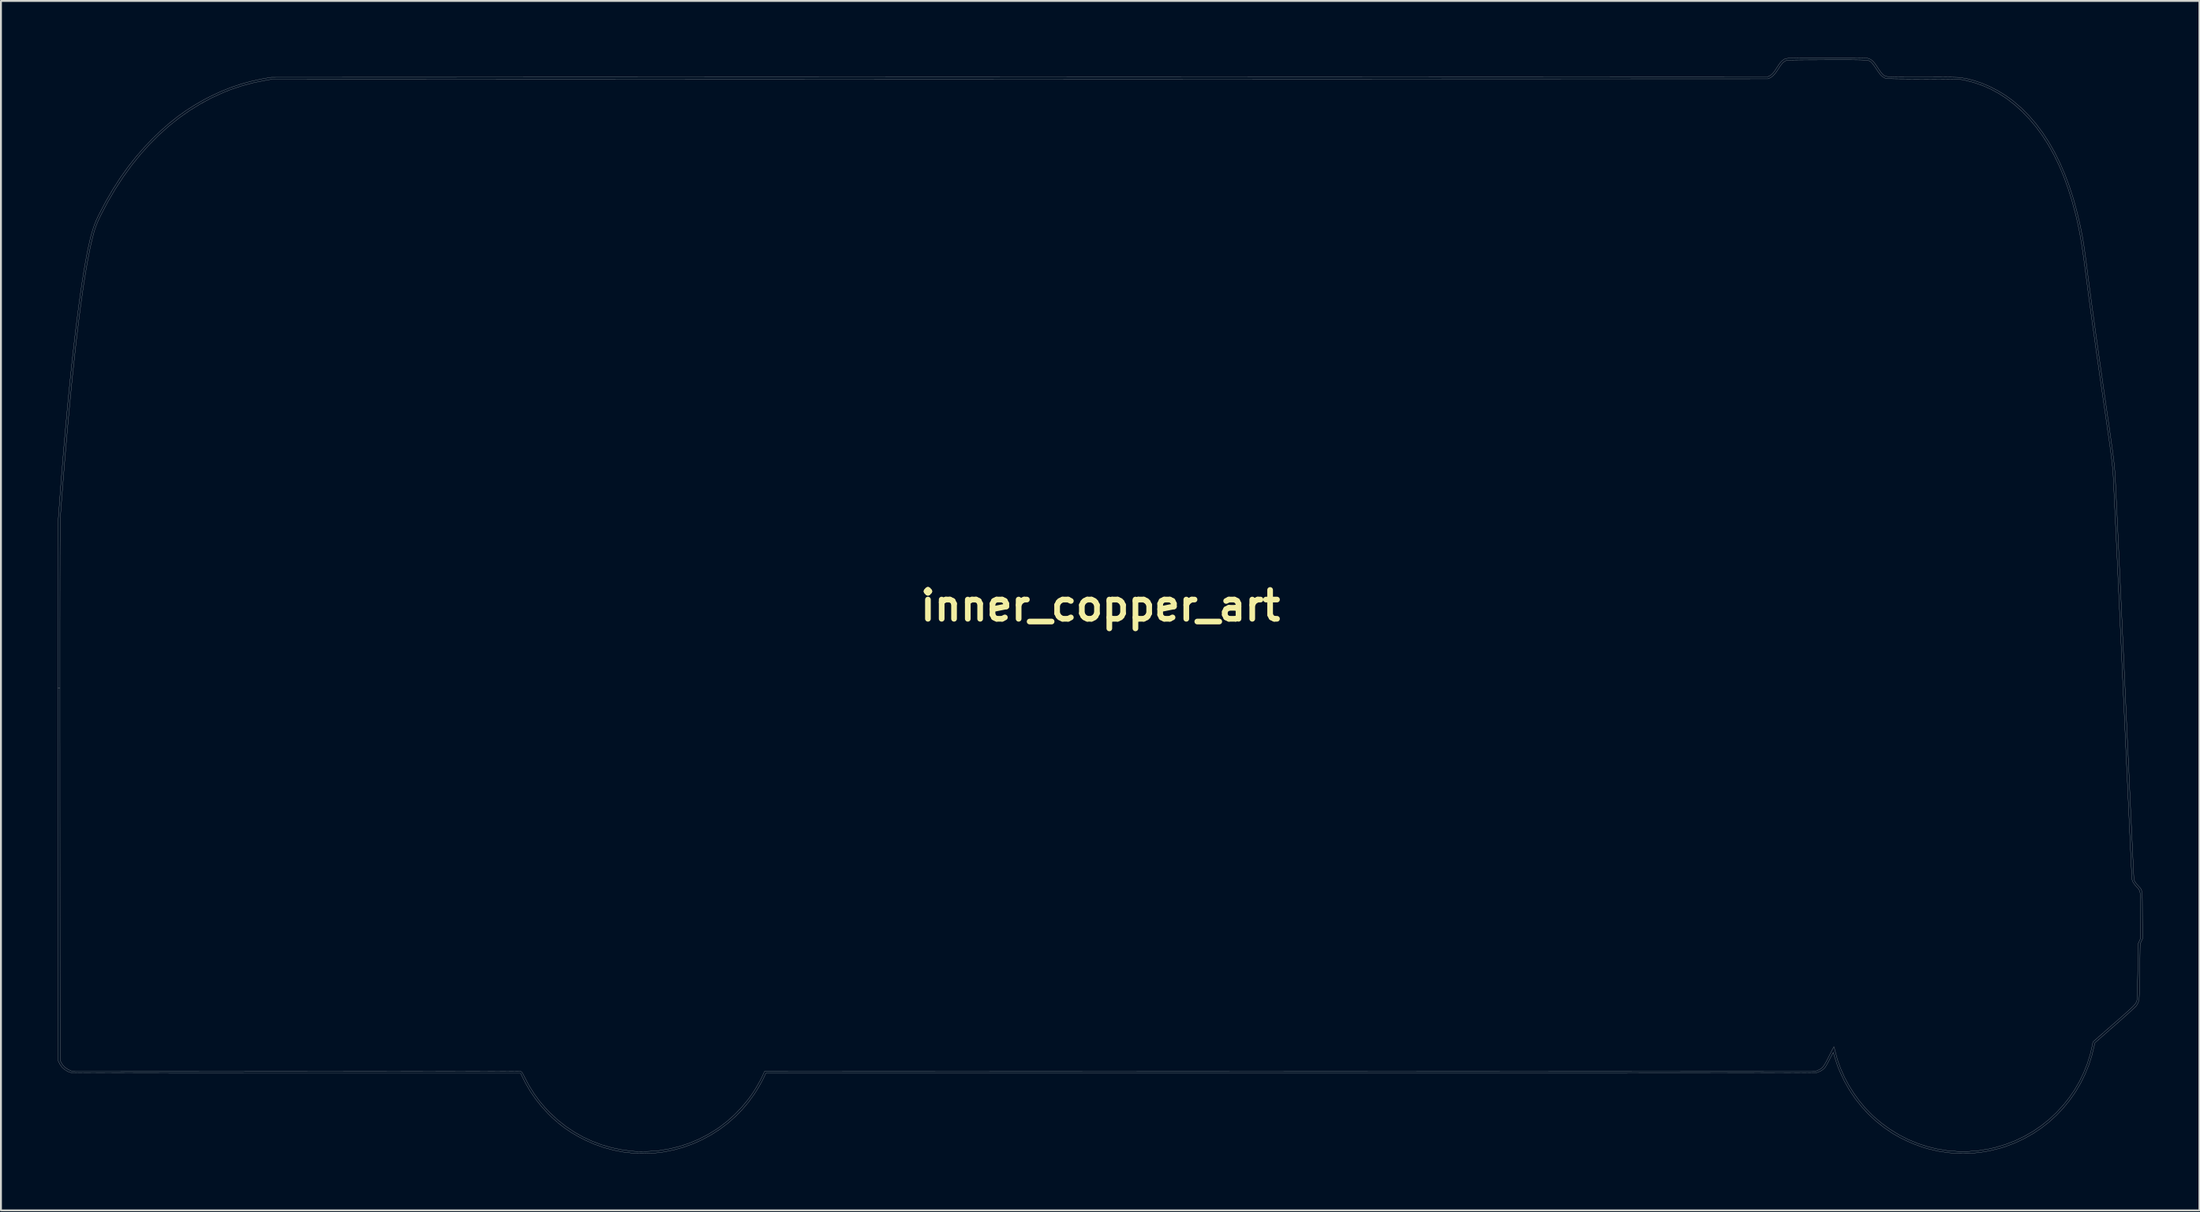
<source format=kicad_pcb>
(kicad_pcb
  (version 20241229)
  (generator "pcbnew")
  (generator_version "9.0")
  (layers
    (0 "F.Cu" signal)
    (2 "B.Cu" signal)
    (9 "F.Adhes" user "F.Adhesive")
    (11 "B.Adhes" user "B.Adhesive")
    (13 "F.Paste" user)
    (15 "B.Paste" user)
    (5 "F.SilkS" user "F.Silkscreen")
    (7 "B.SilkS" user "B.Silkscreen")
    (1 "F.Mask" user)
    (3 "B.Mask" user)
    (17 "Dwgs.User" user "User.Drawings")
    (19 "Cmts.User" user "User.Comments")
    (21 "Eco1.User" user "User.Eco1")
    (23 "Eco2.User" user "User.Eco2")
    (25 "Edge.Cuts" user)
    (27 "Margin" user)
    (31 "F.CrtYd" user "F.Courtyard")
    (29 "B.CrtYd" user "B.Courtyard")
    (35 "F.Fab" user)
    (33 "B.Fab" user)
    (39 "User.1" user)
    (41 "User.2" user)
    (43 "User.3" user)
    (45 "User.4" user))
  (footprint "inner_copper_art"
    (layer "F.Cu")
    (at 55.061 28.961)
    (property "Reference" "inner_copper_art" (at 0 0 0) (layer "F.SilkS") (effects (font (size 1.524 1.524) (thickness 0.3))))
    (attr through_hole)
    (fp_poly (pts (xy 12.672 -21.404) (xy 12.737 -21.355) (xy 12.781 -21.315) (xy 12.848 -21.253) (xy 12.9 -21.22) (xy 12.947 -21.209) (xy 12.951 -21.209) (xy 13 -21.203) (xy 13.032 -21.179) (xy 13.058 -21.126) (xy 13.07 -21.093) (xy 13.094 -21.051) (xy 13.125 -21.025) (xy 13.153 -21.021) (xy 13.166 -21.044) (xy 13.166 -21.046) (xy 13.181 -21.081) (xy 13.223 -21.09) (xy 13.28 -21.073) (xy 13.303 -21.061) (xy 13.391 -21.027) (xy 13.471 -21.018) (xy 13.583 -21.003) (xy 13.665 -20.958) (xy 13.717 -20.885) (xy 13.737 -20.783) (xy 13.737 -20.769) (xy 13.747 -20.721) (xy 13.774 -20.646) (xy 13.813 -20.552) (xy 13.86 -20.449) (xy 13.911 -20.346) (xy 13.962 -20.251) (xy 14.007 -20.175) (xy 14.043 -20.125) (xy 14.048 -20.12) (xy 14.139 -20.004) (xy 14.201 -19.863) (xy 14.234 -19.693) (xy 14.237 -19.66) (xy 14.261 -19.492) (xy 14.311 -19.331) (xy 14.318 -19.313) (xy 14.35 -19.237) (xy 14.378 -19.182) (xy 14.411 -19.139) (xy 14.458 -19.096) (xy 14.528 -19.044) (xy 14.564 -19.019) (xy 14.671 -18.936) (xy 14.798 -18.829) (xy 14.935 -18.707) (xy 15.073 -18.576) (xy 15.204 -18.446) (xy 15.319 -18.324) (xy 15.34 -18.3) (xy 15.422 -18.207) (xy 15.528 -18.084) (xy 15.657 -17.933) (xy 15.808 -17.756) (xy 15.977 -17.557) (xy 16.014 -17.513) (xy 16.105 -17.397) (xy 16.185 -17.275) (xy 16.261 -17.136) (xy 16.338 -16.969) (xy 16.366 -16.902) (xy 16.418 -16.781) (xy 16.476 -16.648) (xy 16.533 -16.522) (xy 16.561 -16.46) (xy 16.601 -16.373) (xy 16.632 -16.3) (xy 16.653 -16.25) (xy 16.658 -16.232) (xy 16.638 -16.229) (xy 16.578 -16.226) (xy 16.482 -16.223) (xy 16.353 -16.221) (xy 16.194 -16.219) (xy 16.008 -16.217) (xy 15.798 -16.216) (xy 15.568 -16.215) (xy 15.32 -16.214) (xy 15.118 -16.214) (xy 13.578 -16.214) (xy 13.531 -16.297) (xy 13.502 -16.353) (xy 13.485 -16.396) (xy 13.483 -16.406) (xy 13.473 -16.436) (xy 13.446 -16.489) (xy 13.412 -16.55) (xy 13.37 -16.625) (xy 13.332 -16.698) (xy 13.313 -16.742) (xy 13.284 -16.801) (xy 13.242 -16.875) (xy 13.212 -16.922) (xy 13.175 -16.983) (xy 13.124 -17.076) (xy 13.063 -17.192) (xy 12.996 -17.325) (xy 12.927 -17.466) (xy 12.858 -17.609) (xy 12.795 -17.745) (xy 12.739 -17.867) (xy 12.696 -17.969) (xy 12.68 -18.01) (xy 12.613 -18.187) (xy 12.65 -18.292) (xy 12.671 -18.355) (xy 12.676 -18.39) (xy 12.665 -18.41) (xy 12.657 -18.416) (xy 12.59 -18.435) (xy 12.504 -18.424) (xy 12.419 -18.39) (xy 12.354 -18.364) (xy 12.279 -18.349) (xy 12.179 -18.343) (xy 12.159 -18.343) (xy 11.989 -18.341) (xy 11.651 -18.51) (xy 11.537 -18.568) (xy 11.431 -18.623) (xy 11.343 -18.671) (xy 11.278 -18.707) (xy 11.249 -18.726) (xy 11.204 -18.773) (xy 11.149 -18.855) (xy 11.087 -18.967) (xy 11.075 -18.991) (xy 11 -19.145) (xy 10.946 -19.271) (xy 10.91 -19.38) (xy 10.889 -19.479) (xy 10.88 -19.577) (xy 10.88 -19.613) (xy 10.883 -19.697) (xy 10.892 -19.807) (xy 10.906 -19.932) (xy 10.923 -20.067) (xy 10.942 -20.201) (xy 10.962 -20.327) (xy 10.982 -20.437) (xy 11.001 -20.523) (xy 11.017 -20.575) (xy 11.019 -20.58) (xy 11.053 -20.635) (xy 11.099 -20.693) (xy 11.147 -20.745) (xy 11.187 -20.778) (xy 11.205 -20.786) (xy 11.229 -20.799) (xy 11.276 -20.834) (xy 11.337 -20.885) (xy 11.365 -20.909) (xy 11.478 -21.004) (xy 11.571 -21.066) (xy 11.648 -21.097) (xy 11.715 -21.099) (xy 11.775 -21.072) (xy 11.812 -21.042) (xy 11.877 -20.98) (xy 11.991 -21.02) (xy 12.063 -21.043) (xy 12.125 -21.058) (xy 12.152 -21.061) (xy 12.194 -21.076) (xy 12.248 -21.116) (xy 12.278 -21.145) (xy 12.38 -21.246) (xy 12.471 -21.328) (xy 12.548 -21.386) (xy 12.605 -21.417) (xy 12.624 -21.421) (xy 12.672 -21.404)) (stroke (width 0.01) (type solid)) (fill yes) (layer "In1.Cu"))
    (fp_poly (pts (xy 23.024 0.318) (xy 23.253 0.318) (xy 23.447 0.319) (xy 23.607 0.32) (xy 23.739 0.323) (xy 23.844 0.326) (xy 23.926 0.33) (xy 23.988 0.336) (xy 24.033 0.343) (xy 24.066 0.352) (xy 24.088 0.362) (xy 24.103 0.375) (xy 24.114 0.389) (xy 24.118 0.416) (xy 24.122 0.479) (xy 24.125 0.573) (xy 24.128 0.691) (xy 24.129 0.827) (xy 24.13 0.947) (xy 24.13 1.482) (xy 24.278 1.482) (xy 24.377 1.486) (xy 24.444 1.503) (xy 24.484 1.54) (xy 24.504 1.603) (xy 24.511 1.699) (xy 24.511 1.734) (xy 24.509 1.828) (xy 24.498 1.896) (xy 24.472 1.941) (xy 24.426 1.969) (xy 24.352 1.985) (xy 24.246 1.992) (xy 24.175 1.995) (xy 23.997 2) (xy 24.075 2.093) (xy 24.17 2.222) (xy 24.26 2.373) (xy 24.334 2.527) (xy 24.364 2.603) (xy 24.392 2.676) (xy 24.417 2.734) (xy 24.435 2.764) (xy 24.465 2.777) (xy 24.527 2.792) (xy 24.609 2.806) (xy 24.659 2.814) (xy 24.783 2.831) (xy 24.914 2.853) (xy 25.044 2.876) (xy 25.163 2.899) (xy 25.262 2.92) (xy 25.333 2.938) (xy 25.354 2.945) (xy 25.392 2.962) (xy 25.394 2.977) (xy 25.372 2.995) (xy 25.334 3.011) (xy 25.259 3.031) (xy 25.153 3.054) (xy 25.021 3.08) (xy 24.869 3.107) (xy 24.701 3.133) (xy 24.66 3.14) (xy 24.48 3.166) (xy 24.453 3.372) (xy 24.397 3.64) (xy 24.304 3.889) (xy 24.175 4.118) (xy 24.013 4.324) (xy 23.819 4.503) (xy 23.693 4.594) (xy 23.619 4.641) (xy 23.557 4.677) (xy 23.517 4.697) (xy 23.508 4.7) (xy 23.514 4.707) (xy 23.551 4.725) (xy 23.611 4.75) (xy 23.916 4.888) (xy 24.192 5.058) (xy 24.439 5.259) (xy 24.656 5.489) (xy 24.843 5.748) (xy 24.998 6.036) (xy 25.041 6.134) (xy 25.141 6.428) (xy 25.201 6.729) (xy 25.222 7.033) (xy 25.204 7.338) (xy 25.148 7.638) (xy 25.055 7.93) (xy 24.926 8.21) (xy 24.761 8.473) (xy 24.562 8.717) (xy 24.558 8.721) (xy 24.322 8.945) (xy 24.067 9.13) (xy 23.793 9.279) (xy 23.497 9.391) (xy 23.305 9.443) (xy 23.15 9.47) (xy 22.97 9.487) (xy 22.78 9.495) (xy 22.596 9.492) (xy 22.433 9.479) (xy 22.39 9.472) (xy 22.079 9.401) (xy 21.783 9.29) (xy 21.505 9.144) (xy 21.247 8.964) (xy 21.015 8.752) (xy 20.81 8.512) (xy 20.647 8.263) (xy 20.508 7.979) (xy 20.409 7.686) (xy 20.348 7.389) (xy 20.325 7.09) (xy 20.339 6.793) (xy 20.389 6.501) (xy 20.473 6.218) (xy 20.591 5.946) (xy 20.741 5.69) (xy 20.923 5.451) (xy 21.136 5.235) (xy 21.378 5.043) (xy 21.649 4.88) (xy 21.685 4.862) (xy 21.778 4.818) (xy 21.867 4.778) (xy 21.94 4.749) (xy 21.966 4.74) (xy 22.056 4.713) (xy 21.939 4.648) (xy 21.725 4.504) (xy 21.535 4.328) (xy 21.373 4.124) (xy 21.243 3.896) (xy 21.148 3.649) (xy 21.142 3.629) (xy 21.114 3.498) (xy 21.097 3.341) (xy 21.091 3.172) (xy 21.095 3.006) (xy 21.111 2.855) (xy 21.132 2.752) (xy 21.192 2.577) (xy 21.275 2.397) (xy 21.371 2.229) (xy 21.437 2.134) (xy 21.546 1.993) (xy 21.323 1.986) (xy 21.209 1.981) (xy 21.13 1.97) (xy 21.081 1.947) (xy 21.054 1.906) (xy 21.042 1.84) (xy 21.04 1.744) (xy 21.04 1.722) (xy 21.043 1.618) (xy 21.059 1.549) (xy 21.093 1.508) (xy 21.153 1.488) (xy 21.246 1.482) (xy 21.277 1.482) (xy 21.421 1.482) (xy 21.421 0.942) (xy 21.421 0.776) (xy 21.422 0.648) (xy 21.423 0.551) (xy 21.426 0.481) (xy 21.431 0.433) (xy 21.438 0.401) (xy 21.447 0.379) (xy 21.459 0.364) (xy 21.463 0.36) (xy 21.473 0.351) (xy 21.486 0.343) (xy 21.504 0.337) (xy 21.533 0.332) (xy 21.574 0.328) (xy 21.631 0.324) (xy 21.707 0.322) (xy 21.806 0.32) (xy 21.931 0.319) (xy 22.085 0.318) (xy 22.271 0.318) (xy 22.494 0.318) (xy 22.755 0.318) (xy 22.756 0.318) (xy 23.024 0.318)) (stroke (width 0.01) (type solid)) (fill yes) (layer "In1.Cu"))
    (fp_poly (pts (xy 44.877 -23.258) (xy 45.117 -23.228) (xy 45.338 -23.161) (xy 45.542 -23.058) (xy 45.73 -22.916) (xy 45.902 -22.736) (xy 46.06 -22.517) (xy 46.174 -22.318) (xy 46.22 -22.236) (xy 46.26 -22.182) (xy 46.302 -22.148) (xy 46.331 -22.133) (xy 46.396 -22.099) (xy 46.449 -22.054) (xy 46.496 -21.99) (xy 46.544 -21.899) (xy 46.577 -21.827) (xy 46.643 -21.659) (xy 46.68 -21.518) (xy 46.69 -21.402) (xy 46.671 -21.308) (xy 46.624 -21.231) (xy 46.619 -21.225) (xy 46.585 -21.183) (xy 46.579 -21.152) (xy 46.593 -21.124) (xy 46.641 -21.066) (xy 46.712 -21.013) (xy 46.811 -20.963) (xy 46.943 -20.913) (xy 47.11 -20.862) (xy 47.191 -20.84) (xy 47.389 -20.787) (xy 47.55 -20.741) (xy 47.675 -20.701) (xy 47.769 -20.664) (xy 47.834 -20.628) (xy 47.874 -20.592) (xy 47.892 -20.554) (xy 47.891 -20.51) (xy 47.875 -20.461) (xy 47.86 -20.429) (xy 47.833 -20.368) (xy 47.817 -20.316) (xy 47.816 -20.303) (xy 47.802 -20.242) (xy 47.765 -20.161) (xy 47.712 -20.071) (xy 47.648 -19.983) (xy 47.581 -19.907) (xy 47.572 -19.898) (xy 47.447 -19.797) (xy 47.319 -19.728) (xy 47.174 -19.688) (xy 47.053 -19.673) (xy 46.929 -19.658) (xy 46.837 -19.634) (xy 46.803 -19.619) (xy 46.727 -19.591) (xy 46.68 -19.592) (xy 46.638 -19.594) (xy 46.595 -19.571) (xy 46.553 -19.534) (xy 46.497 -19.473) (xy 46.447 -19.407) (xy 46.435 -19.389) (xy 46.349 -19.271) (xy 46.237 -19.165) (xy 46.12 -19.081) (xy 46.037 -19.023) (xy 45.953 -18.959) (xy 45.89 -18.904) (xy 45.839 -18.854) (xy 45.813 -18.817) (xy 45.806 -18.777) (xy 45.81 -18.719) (xy 45.812 -18.71) (xy 45.833 -18.618) (xy 45.871 -18.525) (xy 45.883 -18.503) (xy 45.905 -18.466) (xy 45.92 -18.432) (xy 45.931 -18.394) (xy 45.938 -18.344) (xy 45.941 -18.275) (xy 45.943 -18.178) (xy 45.944 -18.048) (xy 45.944 -18.045) (xy 45.946 -17.902) (xy 45.952 -17.772) (xy 45.96 -17.662) (xy 45.97 -17.583) (xy 45.973 -17.565) (xy 45.986 -17.496) (xy 45.989 -17.434) (xy 45.981 -17.364) (xy 45.964 -17.28) (xy 45.948 -17.194) (xy 45.931 -17.08) (xy 45.914 -16.952) (xy 45.9 -16.826) (xy 45.899 -16.817) (xy 45.886 -16.694) (xy 45.872 -16.573) (xy 45.859 -16.466) (xy 45.849 -16.386) (xy 45.848 -16.379) (xy 45.836 -16.282) (xy 45.828 -16.168) (xy 45.826 -16.073) (xy 45.821 -15.969) (xy 45.808 -15.858) (xy 45.792 -15.773) (xy 45.773 -15.685) (xy 45.769 -15.62) (xy 45.779 -15.564) (xy 45.78 -15.561) (xy 45.794 -15.511) (xy 45.798 -15.482) (xy 45.797 -15.48) (xy 45.775 -15.478) (xy 45.713 -15.476) (xy 45.616 -15.474) (xy 45.487 -15.473) (xy 45.328 -15.472) (xy 45.145 -15.471) (xy 44.939 -15.47) (xy 44.715 -15.469) (xy 44.476 -15.468) (xy 44.224 -15.468) (xy 43.965 -15.468) (xy 43.7 -15.468) (xy 43.433 -15.468) (xy 43.169 -15.468) (xy 42.909 -15.469) (xy 42.658 -15.47) (xy 42.418 -15.47) (xy 42.194 -15.471) (xy 41.989 -15.472) (xy 41.806 -15.474) (xy 41.648 -15.475) (xy 41.518 -15.477) (xy 41.421 -15.478) (xy 41.36 -15.48) (xy 41.337 -15.482) (xy 41.318 -15.527) (xy 41.32 -15.589) (xy 41.341 -15.648) (xy 41.362 -15.676) (xy 41.391 -15.712) (xy 41.43 -15.777) (xy 41.473 -15.858) (xy 41.497 -15.907) (xy 41.542 -15.997) (xy 41.604 -16.109) (xy 41.674 -16.23) (xy 41.746 -16.347) (xy 41.761 -16.37) (xy 41.828 -16.477) (xy 41.89 -16.583) (xy 41.943 -16.678) (xy 41.98 -16.751) (xy 41.988 -16.769) (xy 42.02 -16.835) (xy 42.07 -16.924) (xy 42.133 -17.024) (xy 42.201 -17.126) (xy 42.21 -17.14) (xy 42.38 -17.385) (xy 42.526 -17.601) (xy 42.651 -17.796) (xy 42.76 -17.974) (xy 42.855 -18.14) (xy 42.94 -18.301) (xy 43.017 -18.461) (xy 43.089 -18.627) (xy 43.116 -18.69) (xy 43.224 -18.954) (xy 43.569 -19.304) (xy 43.702 -19.442) (xy 43.808 -19.555) (xy 43.889 -19.649) (xy 43.948 -19.726) (xy 43.99 -19.792) (xy 43.99 -19.793) (xy 44.065 -19.905) (xy 44.144 -19.985) (xy 44.154 -19.992) (xy 44.221 -20.045) (xy 44.283 -20.109) (xy 44.344 -20.191) (xy 44.411 -20.3) (xy 44.47 -20.404) (xy 44.52 -20.5) (xy 44.548 -20.566) (xy 44.555 -20.607) (xy 44.541 -20.628) (xy 44.506 -20.637) (xy 44.487 -20.637) (xy 44.456 -20.647) (xy 44.45 -20.659) (xy 44.433 -20.678) (xy 44.424 -20.68) (xy 44.402 -20.699) (xy 44.373 -20.749) (xy 44.34 -20.821) (xy 44.308 -20.906) (xy 44.28 -20.994) (xy 44.26 -21.075) (xy 44.26 -21.08) (xy 44.241 -21.219) (xy 44.244 -21.328) (xy 44.268 -21.41) (xy 44.28 -21.431) (xy 44.314 -21.483) (xy 44.34 -21.524) (xy 44.342 -21.526) (xy 44.353 -21.562) (xy 44.368 -21.631) (xy 44.384 -21.721) (xy 44.401 -21.825) (xy 44.415 -21.931) (xy 44.427 -22.03) (xy 44.434 -22.113) (xy 44.436 -22.151) (xy 44.433 -22.233) (xy 44.426 -22.33) (xy 44.419 -22.389) (xy 44.402 -22.521) (xy 44.284 -22.521) (xy 44.204 -22.517) (xy 44.151 -22.5) (xy 44.119 -22.477) (xy 44.072 -22.432) (xy 44.129 -22.383) (xy 44.187 -22.318) (xy 44.234 -22.235) (xy 44.266 -22.145) (xy 44.281 -22.059) (xy 44.275 -21.987) (xy 44.252 -21.946) (xy 44.22 -21.905) (xy 44.198 -21.868) (xy 44.175 -21.836) (xy 44.161 -21.83) (xy 44.137 -21.828) (xy 44.093 -21.809) (xy 44.083 -21.804) (xy 44.001 -21.774) (xy 43.896 -21.759) (xy 43.815 -21.758) (xy 43.77 -21.759) (xy 43.727 -21.759) (xy 43.667 -21.778) (xy 43.627 -21.82) (xy 43.579 -21.87) (xy 43.525 -21.905) (xy 43.525 -21.905) (xy 43.476 -21.944) (xy 43.431 -22.01) (xy 43.396 -22.089) (xy 43.382 -22.162) (xy 43.396 -22.254) (xy 43.444 -22.344) (xy 43.517 -22.423) (xy 43.609 -22.483) (xy 43.709 -22.517) (xy 43.761 -22.521) (xy 43.799 -22.523) (xy 43.826 -22.535) (xy 43.85 -22.564) (xy 43.879 -22.618) (xy 43.906 -22.675) (xy 44.001 -22.844) (xy 44.115 -22.984) (xy 44.257 -23.103) (xy 44.262 -23.107) (xy 44.388 -23.181) (xy 44.519 -23.23) (xy 44.666 -23.255) (xy 44.838 -23.259) (xy 44.877 -23.258)) (stroke (width 0.01) (type solid)) (fill yes) (layer "In1.Cu"))
    (fp_poly (pts (xy 29.947 -22.772) (xy 30.008 -22.77) (xy 30.14 -22.765) (xy 30.242 -22.756) (xy 30.326 -22.744) (xy 30.406 -22.725) (xy 30.477 -22.703) (xy 30.573 -22.674) (xy 30.647 -22.658) (xy 30.714 -22.655) (xy 30.786 -22.66) (xy 30.865 -22.666) (xy 30.92 -22.661) (xy 30.97 -22.643) (xy 31.017 -22.617) (xy 31.075 -22.576) (xy 31.116 -22.534) (xy 31.127 -22.515) (xy 31.15 -22.464) (xy 31.182 -22.411) (xy 31.219 -22.325) (xy 31.236 -22.202) (xy 31.231 -22.043) (xy 31.225 -21.978) (xy 31.217 -21.885) (xy 31.216 -21.797) (xy 31.22 -21.731) (xy 31.222 -21.724) (xy 31.235 -21.661) (xy 31.254 -21.576) (xy 31.272 -21.495) (xy 31.297 -21.357) (xy 31.304 -21.242) (xy 31.294 -21.155) (xy 31.274 -21.113) (xy 31.254 -21.079) (xy 31.246 -21.043) (xy 31.254 -20.997) (xy 31.279 -20.933) (xy 31.323 -20.844) (xy 31.348 -20.796) (xy 31.392 -20.708) (xy 31.427 -20.628) (xy 31.449 -20.568) (xy 31.454 -20.542) (xy 31.434 -20.488) (xy 31.376 -20.444) (xy 31.3 -20.417) (xy 31.246 -20.39) (xy 31.209 -20.333) (xy 31.189 -20.246) (xy 31.185 -20.123) (xy 31.189 -20.042) (xy 31.194 -19.938) (xy 31.192 -19.865) (xy 31.185 -19.828) (xy 31.182 -19.825) (xy 31.161 -19.799) (xy 31.131 -19.749) (xy 31.116 -19.719) (xy 31.08 -19.656) (xy 31.037 -19.614) (xy 30.98 -19.591) (xy 30.901 -19.584) (xy 30.792 -19.59) (xy 30.731 -19.597) (xy 30.632 -19.611) (xy 30.54 -19.628) (xy 30.469 -19.645) (xy 30.446 -19.653) (xy 30.385 -19.673) (xy 30.347 -19.667) (xy 30.316 -19.63) (xy 30.303 -19.604) (xy 30.267 -19.53) (xy 30.254 -19.485) (xy 30.271 -19.462) (xy 30.321 -19.453) (xy 30.399 -19.452) (xy 30.521 -19.444) (xy 30.611 -19.416) (xy 30.68 -19.363) (xy 30.735 -19.282) (xy 30.737 -19.278) (xy 30.765 -19.215) (xy 30.778 -19.149) (xy 30.781 -19.062) (xy 30.781 -19.035) (xy 30.78 -18.958) (xy 30.785 -18.904) (xy 30.801 -18.86) (xy 30.834 -18.809) (xy 30.88 -18.748) (xy 30.935 -18.673) (xy 30.984 -18.601) (xy 31.018 -18.545) (xy 31.02 -18.541) (xy 31.058 -18.477) (xy 31.106 -18.407) (xy 31.119 -18.389) (xy 31.159 -18.336) (xy 31.211 -18.261) (xy 31.271 -18.172) (xy 31.335 -18.075) (xy 31.399 -17.977) (xy 31.457 -17.885) (xy 31.506 -17.805) (xy 31.542 -17.745) (xy 31.559 -17.712) (xy 31.559 -17.708) (xy 31.57 -17.68) (xy 31.598 -17.626) (xy 31.639 -17.556) (xy 31.658 -17.525) (xy 31.714 -17.431) (xy 31.77 -17.329) (xy 31.816 -17.239) (xy 31.82 -17.23) (xy 31.874 -17.121) (xy 31.917 -17.052) (xy 31.953 -17.023) (xy 31.985 -17.033) (xy 32.016 -17.081) (xy 32.049 -17.168) (xy 32.059 -17.198) (xy 32.087 -17.296) (xy 32.103 -17.373) (xy 32.107 -17.448) (xy 32.103 -17.539) (xy 32.102 -17.553) (xy 32.088 -17.718) (xy 32.072 -17.851) (xy 32.056 -17.947) (xy 32.04 -18.004) (xy 32.035 -18.013) (xy 32.021 -18.048) (xy 32.002 -18.112) (xy 31.982 -18.192) (xy 31.98 -18.203) (xy 31.947 -18.337) (xy 31.913 -18.441) (xy 31.874 -18.528) (xy 31.841 -18.586) (xy 31.811 -18.642) (xy 31.805 -18.689) (xy 31.816 -18.745) (xy 31.848 -18.827) (xy 31.89 -18.882) (xy 31.935 -18.902) (xy 31.935 -18.902) (xy 31.95 -18.91) (xy 31.955 -18.939) (xy 31.95 -18.992) (xy 31.935 -19.075) (xy 31.907 -19.19) (xy 31.884 -19.282) (xy 31.861 -19.374) (xy 31.848 -19.434) (xy 31.844 -19.47) (xy 31.851 -19.492) (xy 31.866 -19.508) (xy 31.874 -19.515) (xy 31.908 -19.559) (xy 31.923 -19.611) (xy 31.932 -19.651) (xy 31.954 -19.673) (xy 32.003 -19.685) (xy 32.025 -19.689) (xy 32.088 -19.695) (xy 32.178 -19.7) (xy 32.282 -19.704) (xy 32.343 -19.705) (xy 32.446 -19.708) (xy 32.542 -19.714) (xy 32.618 -19.723) (xy 32.649 -19.73) (xy 32.705 -19.742) (xy 32.738 -19.737) (xy 32.765 -19.712) (xy 32.766 -19.711) (xy 32.812 -19.668) (xy 32.848 -19.644) (xy 32.88 -19.62) (xy 32.889 -19.586) (xy 32.883 -19.54) (xy 32.873 -19.47) (xy 32.866 -19.386) (xy 32.865 -19.359) (xy 32.865 -19.296) (xy 32.874 -19.262) (xy 32.898 -19.245) (xy 32.922 -19.238) (xy 33.004 -19.2) (xy 33.05 -19.141) (xy 33.062 -19.072) (xy 33.069 -19.014) (xy 33.084 -18.973) (xy 33.087 -18.97) (xy 33.097 -18.956) (xy 33.105 -18.933) (xy 33.112 -18.895) (xy 33.118 -18.838) (xy 33.124 -18.755) (xy 33.13 -18.641) (xy 33.137 -18.492) (xy 33.139 -18.449) (xy 33.143 -18.335) (xy 33.144 -18.255) (xy 33.141 -18.201) (xy 33.133 -18.163) (xy 33.12 -18.135) (xy 33.11 -18.121) (xy 33.076 -18.067) (xy 33.039 -17.997) (xy 33.026 -17.968) (xy 32.984 -17.892) (xy 32.929 -17.813) (xy 32.904 -17.783) (xy 32.863 -17.735) (xy 32.839 -17.694) (xy 32.828 -17.646) (xy 32.823 -17.576) (xy 32.823 -17.542) (xy 32.824 -17.468) (xy 32.829 -17.363) (xy 32.838 -17.238) (xy 32.848 -17.104) (xy 32.856 -17.018) (xy 32.876 -16.801) (xy 32.888 -16.625) (xy 32.892 -16.492) (xy 32.889 -16.399) (xy 32.88 -16.353) (xy 32.875 -16.348) (xy 32.863 -16.343) (xy 32.842 -16.339) (xy 32.809 -16.336) (xy 32.762 -16.332) (xy 32.7 -16.33) (xy 32.618 -16.327) (xy 32.517 -16.325) (xy 32.392 -16.324) (xy 32.242 -16.323) (xy 32.065 -16.322) (xy 31.858 -16.321) (xy 31.62 -16.32) (xy 31.347 -16.32) (xy 31.038 -16.32) (xy 30.69 -16.32) (xy 30.451 -16.32) (xy 30.135 -16.32) (xy 29.83 -16.32) (xy 29.539 -16.321) (xy 29.266 -16.322) (xy 29.012 -16.323) (xy 28.781 -16.324) (xy 28.575 -16.326) (xy 28.397 -16.327) (xy 28.249 -16.329) (xy 28.135 -16.331) (xy 28.056 -16.333) (xy 28.016 -16.335) (xy 28.011 -16.336) (xy 27.989 -16.36) (xy 27.952 -16.41) (xy 27.907 -16.476) (xy 27.902 -16.485) (xy 27.817 -16.639) (xy 27.755 -16.807) (xy 27.713 -16.995) (xy 27.691 -17.21) (xy 27.686 -17.399) (xy 27.695 -17.606) (xy 27.72 -17.777) (xy 27.763 -17.918) (xy 27.812 -18.012) (xy 27.844 -18.07) (xy 27.885 -18.156) (xy 27.93 -18.258) (xy 27.972 -18.361) (xy 28.059 -18.575) (xy 28.138 -18.755) (xy 28.208 -18.9) (xy 28.269 -19.007) (xy 28.319 -19.076) (xy 28.338 -19.093) (xy 28.403 -19.145) (xy 28.319 -19.315) (xy 28.282 -19.394) (xy 28.257 -19.462) (xy 28.246 -19.508) (xy 28.247 -19.518) (xy 28.27 -19.541) (xy 28.323 -19.576) (xy 28.396 -19.619) (xy 28.454 -19.649) (xy 28.546 -19.697) (xy 28.608 -19.735) (xy 28.651 -19.771) (xy 28.683 -19.812) (xy 28.709 -19.854) (xy 28.746 -19.912) (xy 28.779 -19.95) (xy 28.797 -19.96) (xy 28.814 -19.962) (xy 28.828 -19.97) (xy 28.84 -19.992) (xy 28.854 -20.033) (xy 28.871 -20.099) (xy 28.893 -20.197) (xy 28.912 -20.283) (xy 28.939 -20.407) (xy 28.956 -20.504) (xy 28.966 -20.584) (xy 28.968 -20.662) (xy 28.965 -20.75) (xy 28.964 -20.778) (xy 28.954 -20.894) (xy 28.938 -20.987) (xy 28.912 -21.076) (xy 28.877 -21.167) (xy 28.84 -21.262) (xy 28.816 -21.342) (xy 28.802 -21.425) (xy 28.794 -21.528) (xy 28.792 -21.562) (xy 28.791 -21.696) (xy 28.804 -21.817) (xy 28.834 -21.931) (xy 28.883 -22.046) (xy 28.955 -22.168) (xy 29.052 -22.305) (xy 29.17 -22.453) (xy 29.251 -22.547) (xy 29.321 -22.614) (xy 29.393 -22.662) (xy 29.479 -22.702) (xy 29.572 -22.734) (xy 29.636 -22.753) (xy 29.695 -22.765) (xy 29.759 -22.772) (xy 29.84 -22.774) (xy 29.947 -22.772)) (stroke (width 0.01) (type solid)) (fill yes) (layer "In1.Cu"))
    (fp_poly (pts (xy 42.014 -1.951) (xy 42.107 -1.926) (xy 42.239 -1.861) (xy 42.346 -1.771) (xy 42.432 -1.653) (xy 42.497 -1.503) (xy 42.545 -1.32) (xy 42.598 -1.086) (xy 42.652 -0.889) (xy 42.711 -0.722) (xy 42.776 -0.58) (xy 42.849 -0.458) (xy 42.881 -0.414) (xy 42.927 -0.349) (xy 42.962 -0.291) (xy 42.977 -0.259) (xy 42.977 -0.203) (xy 42.951 -0.123) (xy 42.904 -0.025) (xy 42.841 0.075) (xy 42.783 0.17) (xy 42.753 0.25) (xy 42.75 0.331) (xy 42.771 0.427) (xy 42.777 0.447) (xy 42.8 0.531) (xy 42.815 0.612) (xy 42.82 0.662) (xy 42.813 0.713) (xy 42.788 0.755) (xy 42.739 0.791) (xy 42.66 0.825) (xy 42.546 0.861) (xy 42.524 0.868) (xy 42.402 0.909) (xy 42.321 0.954) (xy 42.278 1.005) (xy 42.271 1.065) (xy 42.298 1.136) (xy 42.302 1.143) (xy 42.33 1.232) (xy 42.32 1.332) (xy 42.272 1.446) (xy 42.267 1.455) (xy 42.231 1.522) (xy 42.214 1.568) (xy 42.214 1.608) (xy 42.224 1.648) (xy 42.252 1.708) (xy 42.305 1.789) (xy 42.376 1.884) (xy 42.459 1.986) (xy 42.549 2.085) (xy 42.639 2.176) (xy 42.655 2.191) (xy 42.713 2.243) (xy 42.797 2.314) (xy 42.899 2.399) (xy 43.012 2.492) (xy 43.128 2.585) (xy 43.148 2.601) (xy 43.261 2.691) (xy 43.369 2.779) (xy 43.465 2.857) (xy 43.543 2.922) (xy 43.595 2.968) (xy 43.603 2.975) (xy 43.646 3.014) (xy 43.684 3.046) (xy 43.724 3.072) (xy 43.772 3.097) (xy 43.835 3.124) (xy 43.92 3.156) (xy 44.034 3.197) (xy 44.121 3.227) (xy 44.313 3.292) (xy 44.474 3.34) (xy 44.613 3.374) (xy 44.74 3.395) (xy 44.86 3.406) (xy 44.944 3.408) (xy 45.032 3.409) (xy 45.093 3.414) (xy 45.142 3.429) (xy 45.194 3.458) (xy 45.257 3.5) (xy 45.42 3.601) (xy 45.584 3.681) (xy 45.759 3.743) (xy 45.954 3.789) (xy 46.177 3.822) (xy 46.272 3.832) (xy 46.427 3.844) (xy 46.576 3.848) (xy 46.729 3.843) (xy 46.895 3.829) (xy 47.085 3.806) (xy 47.258 3.78) (xy 47.446 3.752) (xy 47.601 3.731) (xy 47.732 3.718) (xy 47.846 3.712) (xy 47.953 3.712) (xy 48.062 3.719) (xy 48.179 3.732) (xy 48.2 3.734) (xy 48.343 3.751) (xy 48.453 3.761) (xy 48.541 3.764) (xy 48.617 3.76) (xy 48.69 3.747) (xy 48.769 3.726) (xy 48.837 3.705) (xy 48.934 3.676) (xy 49.058 3.644) (xy 49.193 3.611) (xy 49.323 3.582) (xy 49.33 3.58) (xy 49.454 3.552) (xy 49.577 3.52) (xy 49.686 3.487) (xy 49.769 3.456) (xy 49.778 3.453) (xy 49.883 3.415) (xy 50.002 3.384) (xy 50.126 3.363) (xy 50.243 3.351) (xy 50.343 3.351) (xy 50.415 3.364) (xy 50.419 3.366) (xy 50.491 3.416) (xy 50.533 3.49) (xy 50.542 3.582) (xy 50.518 3.686) (xy 50.482 3.763) (xy 50.448 3.818) (xy 50.407 3.872) (xy 50.355 3.931) (xy 50.284 4.002) (xy 50.19 4.091) (xy 50.139 4.139) (xy 50.076 4.208) (xy 50.02 4.288) (xy 49.997 4.329) (xy 49.937 4.458) (xy 49.886 4.557) (xy 49.84 4.635) (xy 49.792 4.704) (xy 49.736 4.77) (xy 49.683 4.828) (xy 49.606 4.907) (xy 49.524 4.985) (xy 49.452 5.048) (xy 49.423 5.073) (xy 49.345 5.138) (xy 49.289 5.202) (xy 49.254 5.273) (xy 49.236 5.358) (xy 49.236 5.464) (xy 49.251 5.597) (xy 49.274 5.737) (xy 49.286 5.803) (xy 49.303 5.905) (xy 49.325 6.038) (xy 49.352 6.198) (xy 49.382 6.379) (xy 49.415 6.577) (xy 49.449 6.786) (xy 49.484 7.001) (xy 49.486 7.017) (xy 49.52 7.225) (xy 49.552 7.421) (xy 49.581 7.601) (xy 49.608 7.761) (xy 49.63 7.898) (xy 49.648 8.005) (xy 49.661 8.081) (xy 49.668 8.119) (xy 49.668 8.123) (xy 49.679 8.17) (xy 48.793 8.17) (xy 48.779 8.038) (xy 48.768 7.952) (xy 48.752 7.832) (xy 48.73 7.685) (xy 48.705 7.515) (xy 48.676 7.327) (xy 48.644 7.125) (xy 48.61 6.916) (xy 48.576 6.704) (xy 48.541 6.494) (xy 48.508 6.291) (xy 48.475 6.099) (xy 48.445 5.925) (xy 48.418 5.773) (xy 48.395 5.647) (xy 48.376 5.554) (xy 48.364 5.497) (xy 48.349 5.454) (xy 48.327 5.422) (xy 48.29 5.4) (xy 48.232 5.383) (xy 48.143 5.368) (xy 48.06 5.356) (xy 47.949 5.336) (xy 47.816 5.304) (xy 47.681 5.265) (xy 47.626 5.246) (xy 47.449 5.185) (xy 47.306 5.137) (xy 47.191 5.099) (xy 47.098 5.071) (xy 47.021 5.05) (xy 46.954 5.035) (xy 46.891 5.024) (xy 46.845 5.018) (xy 46.634 5.009) (xy 46.41 5.03) (xy 46.26 5.061) (xy 46.146 5.076) (xy 46.002 5.073) (xy 45.836 5.053) (xy 45.655 5.017) (xy 45.625 5.01) (xy 45.341 4.942) (xy 45.094 4.892) (xy 44.878 4.859) (xy 44.692 4.842) (xy 44.532 4.842) (xy 44.395 4.857) (xy 44.312 4.877) (xy 44.188 4.903) (xy 44.032 4.917) (xy 43.974 4.919) (xy 43.868 4.921) (xy 43.792 4.929) (xy 43.733 4.942) (xy 43.677 4.964) (xy 43.656 4.974) (xy 43.591 5.014) (xy 43.538 5.06) (xy 43.519 5.084) (xy 43.503 5.133) (xy 43.504 5.194) (xy 43.524 5.273) (xy 43.563 5.375) (xy 43.623 5.505) (xy 43.666 5.59) (xy 43.716 5.692) (xy 43.761 5.789) (xy 43.794 5.871) (xy 43.813 5.927) (xy 43.813 5.928) (xy 43.821 6.055) (xy 43.793 6.185) (xy 43.732 6.303) (xy 43.73 6.305) (xy 43.669 6.389) (xy 43.768 6.423) (xy 43.831 6.44) (xy 43.922 6.459) (xy 44.028 6.477) (xy 44.111 6.488) (xy 44.237 6.506) (xy 44.364 6.525) (xy 44.496 6.547) (xy 44.64 6.574) (xy 44.802 6.607) (xy 44.988 6.646) (xy 45.204 6.693) (xy 45.424 6.741) (xy 45.585 6.777) (xy 45.739 6.811) (xy 45.88 6.842) (xy 46 6.868) (xy 46.093 6.888) (xy 46.153 6.9) (xy 46.158 6.901) (xy 46.264 6.926) (xy 46.345 6.958) (xy 46.404 7.003) (xy 46.443 7.066) (xy 46.467 7.153) (xy 46.478 7.27) (xy 46.48 7.421) (xy 46.479 7.47) (xy 46.473 7.615) (xy 46.464 7.724) (xy 46.447 7.805) (xy 46.421 7.864) (xy 46.382 7.908) (xy 46.329 7.945) (xy 46.292 7.964) (xy 46.264 7.977) (xy 46.236 7.988) (xy 46.202 7.996) (xy 46.158 8.002) (xy 46.098 8.007) (xy 46.019 8.01) (xy 45.914 8.013) (xy 45.78 8.015) (xy 45.611 8.017) (xy 45.491 8.018) (xy 45.324 8.019) (xy 45.125 8.02) (xy 44.898 8.019) (xy 44.648 8.018) (xy 44.378 8.016) (xy 44.094 8.013) (xy 43.8 8.01) (xy 43.5 8.007) (xy 43.198 8.003) (xy 42.899 7.998) (xy 42.606 7.994) (xy 42.326 7.989) (xy 42.061 7.984) (xy 41.816 7.979) (xy 41.596 7.974) (xy 41.405 7.969) (xy 41.246 7.963) (xy 41.126 7.959) (xy 41.116 7.958) (xy 40.838 7.943) (xy 40.6 7.929) (xy 40.399 7.915) (xy 40.234 7.902) (xy 40.102 7.888) (xy 40.001 7.873) (xy 39.928 7.859) (xy 39.882 7.843) (xy 39.874 7.839) (xy 39.804 7.782) (xy 39.759 7.703) (xy 39.735 7.595) (xy 39.729 7.493) (xy 39.727 7.398) (xy 39.721 7.28) (xy 39.712 7.162) (xy 39.708 7.123) (xy 39.703 7.066) (xy 39.697 6.971) (xy 39.688 6.842) (xy 39.678 6.682) (xy 39.666 6.497) (xy 39.654 6.289) (xy 39.64 6.063) (xy 39.626 5.823) (xy 39.612 5.573) (xy 39.603 5.408) (xy 39.588 5.144) (xy 39.573 4.88) (xy 39.558 4.621) (xy 39.543 4.373) (xy 39.529 4.14) (xy 39.516 3.927) (xy 39.505 3.74) (xy 39.495 3.582) (xy 39.487 3.46) (xy 39.484 3.418) (xy 39.475 3.271) (xy 39.467 3.13) (xy 39.462 3.005) (xy 39.46 2.901) (xy 39.46 2.829) (xy 39.461 2.81) (xy 39.492 2.672) (xy 39.556 2.551) (xy 39.65 2.456) (xy 39.661 2.449) (xy 39.685 2.43) (xy 39.707 2.409) (xy 39.729 2.38) (xy 39.752 2.339) (xy 39.78 2.28) (xy 39.814 2.199) (xy 39.857 2.092) (xy 39.911 1.954) (xy 39.961 1.826) (xy 40.038 1.626) (xy 40.102 1.462) (xy 40.155 1.33) (xy 40.199 1.225) (xy 40.236 1.142) (xy 40.269 1.079) (xy 40.299 1.031) (xy 40.329 0.993) (xy 40.361 0.963) (xy 40.397 0.935) (xy 40.433 0.909) (xy 40.543 0.827) (xy 40.618 0.757) (xy 40.657 0.693) (xy 40.66 0.629) (xy 40.629 0.558) (xy 40.564 0.474) (xy 40.464 0.371) (xy 40.463 0.37) (xy 40.326 0.214) (xy 40.206 0.033) (xy 40.111 -0.157) (xy 40.083 -0.233) (xy 40.052 -0.357) (xy 40.035 -0.507) (xy 40.031 -0.666) (xy 40.041 -0.819) (xy 40.056 -0.91) (xy 40.117 -1.117) (xy 40.21 -1.3) (xy 40.336 -1.46) (xy 40.495 -1.598) (xy 40.688 -1.715) (xy 40.916 -1.81) (xy 41.181 -1.885) (xy 41.455 -1.937) (xy 41.676 -1.962) (xy 41.862 -1.967) (xy 42.014 -1.951)) (stroke (width 0.01) (type solid)) (fill yes) (layer "In1.Cu"))
    (fp_poly (pts (xy -11.489 -22.516) (xy -11.348 -22.475) (xy -11.294 -22.449) (xy -11.216 -22.41) (xy -11.157 -22.39) (xy -11.103 -22.384) (xy -11.042 -22.388) (xy -10.956 -22.39) (xy -10.885 -22.374) (xy -10.847 -22.357) (xy -10.751 -22.325) (xy -10.618 -22.307) (xy -10.592 -22.305) (xy -10.507 -22.299) (xy -10.441 -22.287) (xy -10.378 -22.266) (xy -10.304 -22.231) (xy -10.238 -22.196) (xy -10.16 -22.151) (xy -10.098 -22.113) (xy -10.061 -22.085) (xy -10.054 -22.075) (xy -10.041 -22.051) (xy -10.004 -22.005) (xy -9.951 -21.944) (xy -9.922 -21.912) (xy -9.81 -21.786) (xy -9.714 -21.664) (xy -9.639 -21.556) (xy -9.605 -21.495) (xy -9.591 -21.454) (xy -9.582 -21.396) (xy -9.577 -21.312) (xy -9.577 -21.195) (xy -9.578 -21.156) (xy -9.58 -21.052) (xy -9.582 -20.964) (xy -9.584 -20.899) (xy -9.585 -20.867) (xy -9.586 -20.866) (xy -9.61 -20.828) (xy -9.663 -20.782) (xy -9.734 -20.734) (xy -9.812 -20.689) (xy -9.888 -20.655) (xy -9.95 -20.639) (xy -9.962 -20.638) (xy -10.006 -20.634) (xy -10.029 -20.613) (xy -10.041 -20.565) (xy -10.044 -20.553) (xy -10.049 -20.481) (xy -10.045 -20.413) (xy -10.044 -20.406) (xy -10.04 -20.361) (xy -10.057 -20.322) (xy -10.1 -20.273) (xy -10.103 -20.27) (xy -10.148 -20.215) (xy -10.181 -20.148) (xy -10.206 -20.061) (xy -10.224 -19.945) (xy -10.234 -19.852) (xy -10.249 -19.761) (xy -10.272 -19.681) (xy -10.289 -19.645) (xy -10.322 -19.6) (xy -10.361 -19.583) (xy -10.408 -19.584) (xy -10.447 -19.585) (xy -10.478 -19.576) (xy -10.507 -19.55) (xy -10.544 -19.501) (xy -10.582 -19.445) (xy -10.643 -19.364) (xy -10.713 -19.287) (xy -10.776 -19.231) (xy -10.779 -19.229) (xy -10.844 -19.172) (xy -10.9 -19.106) (xy -10.922 -19.071) (xy -10.987 -18.978) (xy -11.066 -18.925) (xy -11.157 -18.912) (xy -11.258 -18.939) (xy -11.34 -18.988) (xy -11.396 -19.025) (xy -11.432 -19.039) (xy -11.457 -19.032) (xy -11.465 -19.026) (xy -11.485 -18.996) (xy -11.49 -18.945) (xy -11.486 -18.897) (xy -11.472 -18.83) (xy -11.441 -18.76) (xy -11.389 -18.675) (xy -11.362 -18.636) (xy -11.257 -18.486) (xy -11.173 -18.365) (xy -11.107 -18.268) (xy -11.056 -18.19) (xy -11.017 -18.125) (xy -10.986 -18.068) (xy -10.96 -18.014) (xy -10.935 -17.958) (xy -10.901 -17.87) (xy -10.861 -17.755) (xy -10.821 -17.629) (xy -10.784 -17.506) (xy -10.784 -17.503) (xy -10.707 -17.257) (xy -10.624 -17.052) (xy -10.535 -16.886) (xy -10.45 -16.77) (xy -10.401 -16.711) (xy -10.364 -16.662) (xy -10.346 -16.635) (xy -10.346 -16.635) (xy -10.323 -16.629) (xy -10.264 -16.64) (xy -10.168 -16.669) (xy -10.116 -16.686) (xy -9.999 -16.723) (xy -9.872 -16.757) (xy -9.754 -16.784) (xy -9.704 -16.794) (xy -9.588 -16.819) (xy -9.444 -16.861) (xy -9.283 -16.916) (xy -9.115 -16.98) (xy -8.949 -17.05) (xy -8.814 -17.113) (xy -8.698 -17.163) (xy -8.6 -17.184) (xy -8.509 -17.178) (xy -8.411 -17.146) (xy -8.406 -17.144) (xy -8.305 -17.101) (xy -8.141 -17.154) (xy -8.031 -17.185) (xy -7.947 -17.198) (xy -7.888 -17.195) (xy -7.804 -17.194) (xy -7.717 -17.218) (xy -7.692 -17.228) (xy -7.611 -17.256) (xy -7.527 -17.268) (xy -7.439 -17.268) (xy -7.292 -17.261) (xy -7.065 -17.605) (xy -6.993 -17.712) (xy -6.928 -17.805) (xy -6.873 -17.879) (xy -6.832 -17.929) (xy -6.809 -17.949) (xy -6.808 -17.949) (xy -6.767 -17.935) (xy -6.72 -17.902) (xy -6.682 -17.862) (xy -6.668 -17.83) (xy -6.675 -17.795) (xy -6.697 -17.743) (xy -6.738 -17.669) (xy -6.799 -17.568) (xy -6.862 -17.47) (xy -6.987 -17.276) (xy -6.973 -17.117) (xy -6.967 -17.02) (xy -6.972 -16.946) (xy -6.989 -16.88) (xy -6.996 -16.861) (xy -7.02 -16.774) (xy -7.025 -16.679) (xy -7.022 -16.631) (xy -7.019 -16.528) (xy -7.031 -16.442) (xy -7.054 -16.382) (xy -7.087 -16.355) (xy -7.098 -16.354) (xy -7.122 -16.35) (xy -7.129 -16.325) (xy -7.123 -16.28) (xy -7.119 -16.221) (xy -7.138 -16.179) (xy -7.165 -16.15) (xy -7.208 -16.117) (xy -7.241 -16.114) (xy -7.256 -16.122) (xy -7.299 -16.136) (xy -7.35 -16.136) (xy -7.394 -16.125) (xy -7.416 -16.106) (xy -7.415 -16.095) (xy -7.387 -16.075) (xy -7.357 -16.078) (xy -7.308 -16.076) (xy -7.276 -16.05) (xy -7.27 -16.013) (xy -7.281 -15.992) (xy -7.315 -15.964) (xy -7.376 -15.924) (xy -7.453 -15.88) (xy -7.534 -15.837) (xy -7.607 -15.802) (xy -7.662 -15.781) (xy -7.667 -15.779) (xy -7.708 -15.763) (xy -7.716 -15.735) (xy -7.71 -15.709) (xy -7.697 -15.585) (xy -7.722 -15.449) (xy -7.784 -15.304) (xy -7.882 -15.153) (xy -7.884 -15.149) (xy -7.931 -15.096) (xy -7.986 -15.05) (xy -8.057 -15.009) (xy -8.148 -14.97) (xy -8.266 -14.929) (xy -8.416 -14.885) (xy -8.509 -14.859) (xy -8.623 -14.829) (xy -8.767 -14.789) (xy -8.932 -14.744) (xy -9.107 -14.695) (xy -9.283 -14.647) (xy -9.4 -14.614) (xy -9.551 -14.573) (xy -9.691 -14.535) (xy -9.815 -14.503) (xy -9.916 -14.479) (xy -9.989 -14.463) (xy -10.028 -14.457) (xy -10.028 -14.457) (xy -10.078 -14.452) (xy -10.105 -14.44) (xy -10.105 -14.439) (xy -10.102 -14.41) (xy -10.08 -14.356) (xy -10.043 -14.285) (xy -9.998 -14.207) (xy -9.949 -14.131) (xy -9.902 -14.068) (xy -9.898 -14.063) (xy -9.833 -13.997) (xy -9.739 -13.916) (xy -9.623 -13.824) (xy -9.49 -13.726) (xy -9.348 -13.629) (xy -9.245 -13.562) (xy -9.07 -13.451) (xy -8.35 -13.438) (xy -8.115 -13.433) (xy -7.912 -13.427) (xy -7.729 -13.419) (xy -7.557 -13.408) (xy -7.384 -13.395) (xy -7.199 -13.378) (xy -7.012 -13.359) (xy -6.847 -13.341) (xy -6.689 -13.323) (xy -6.546 -13.304) (xy -6.423 -13.288) (xy -6.327 -13.273) (xy -6.266 -13.261) (xy -6.261 -13.26) (xy -6.084 -13.198) (xy -5.902 -13.105) (xy -5.726 -12.988) (xy -5.566 -12.854) (xy -5.435 -12.712) (xy -5.433 -12.71) (xy -5.37 -12.619) (xy -5.299 -12.498) (xy -5.227 -12.36) (xy -5.157 -12.214) (xy -5.098 -12.071) (xy -5.09 -12.051) (xy -5.066 -11.981) (xy -5.035 -11.88) (xy -5 -11.759) (xy -4.964 -11.629) (xy -4.942 -11.546) (xy -4.903 -11.4) (xy -4.858 -11.241) (xy -4.811 -11.085) (xy -4.768 -10.948) (xy -4.752 -10.901) (xy -4.713 -10.78) (xy -4.669 -10.632) (xy -4.624 -10.472) (xy -4.582 -10.316) (xy -4.561 -10.235) (xy -4.527 -10.097) (xy -4.49 -9.958) (xy -4.454 -9.829) (xy -4.422 -9.721) (xy -4.403 -9.664) (xy -4.375 -9.578) (xy -4.354 -9.507) (xy -4.341 -9.459) (xy -4.339 -9.447) (xy -4.359 -9.44) (xy -4.417 -9.434) (xy -4.506 -9.429) (xy -4.621 -9.424) (xy -4.758 -9.421) (xy -4.911 -9.418) (xy -5.074 -9.417) (xy -5.243 -9.416) (xy -5.411 -9.417) (xy -5.575 -9.418) (xy -5.728 -9.42) (xy -5.865 -9.424) (xy -5.981 -9.428) (xy -6.07 -9.433) (xy -6.128 -9.439) (xy -6.149 -9.446) (xy -6.162 -9.485) (xy -6.185 -9.557) (xy -6.214 -9.65) (xy -6.246 -9.758) (xy -6.28 -9.869) (xy -6.312 -9.977) (xy -6.34 -10.07) (xy -6.344 -10.086) (xy -6.36 -10.142) (xy -6.372 -10.194) (xy -6.382 -10.247) (xy -6.39 -10.308) (xy -6.396 -10.381) (xy -6.401 -10.474) (xy -6.404 -10.591) (xy -6.408 -10.74) (xy -6.412 -10.922) (xy -6.424 -11.568) (xy -9.461 -11.568) (xy -9.885 -11.568) (xy -10.269 -11.568) (xy -10.614 -11.568) (xy -10.924 -11.568) (xy -11.198 -11.568) (xy -11.441 -11.569) (xy -11.654 -11.57) (xy -11.838 -11.572) (xy -11.997 -11.573) (xy -12.131 -11.576) (xy -12.243 -11.579) (xy -12.336 -11.583) (xy -12.41 -11.587) (xy -12.469 -11.592) (xy -12.513 -11.598) (xy -12.546 -11.605) (xy -12.569 -11.613) (xy -12.584 -11.621) (xy -12.593 -11.631) (xy -12.598 -11.642) (xy -12.602 -11.654) (xy -12.605 -11.664) (xy -12.631 -11.701) (xy -12.679 -11.744) (xy -12.702 -11.759) (xy -12.767 -11.812) (xy -12.826 -11.879) (xy -12.838 -11.896) (xy -12.892 -11.982) (xy -13.002 -11.965) (xy -13.072 -11.958) (xy -13.169 -11.952) (xy -13.277 -11.949) (xy -13.335 -11.949) (xy -13.557 -11.949) (xy -13.575 -12.065) (xy -13.581 -12.14) (xy -13.583 -12.252) (xy -13.582 -12.395) (xy -13.577 -12.563) (xy -13.568 -12.751) (xy -13.556 -12.953) (xy -13.549 -13.049) (xy -13.542 -13.162) (xy -13.54 -13.27) (xy -13.542 -13.379) (xy -13.55 -13.494) (xy -13.564 -13.621) (xy -13.585 -13.766) (xy -13.613 -13.935) (xy -13.65 -14.132) (xy -13.694 -14.365) (xy -13.703 -14.408) (xy -13.744 -14.617) (xy -13.786 -14.835) (xy -13.828 -15.058) (xy -13.869 -15.28) (xy -13.908 -15.497) (xy -13.945 -15.703) (xy -13.979 -15.894) (xy -14.008 -16.065) (xy -14.025 -16.166) (xy -9.318 -16.166) (xy -9.305 -16.07) (xy -9.297 -16.003) (xy -9.293 -15.948) (xy -9.292 -15.936) (xy -9.275 -15.904) (xy -9.226 -15.897) (xy -9.146 -15.916) (xy -9.036 -15.959) (xy -9.013 -15.969) (xy -8.912 -16.012) (xy -8.801 -16.053) (xy -8.704 -16.084) (xy -8.601 -16.113) (xy -8.537 -16.136) (xy -8.509 -16.156) (xy -8.516 -16.177) (xy -8.52 -16.179) (xy -7.556 -16.179) (xy -7.551 -16.162) (xy -7.521 -16.143) (xy -7.483 -16.131) (xy -7.472 -16.13) (xy -7.464 -16.138) (xy -7.49 -16.158) (xy -7.493 -16.16) (xy -7.534 -16.178) (xy -7.556 -16.179) (xy -8.52 -16.179) (xy -8.555 -16.202) (xy -8.618 -16.233) (xy -8.711 -16.273) (xy -8.784 -16.293) (xy -8.852 -16.291) (xy -8.93 -16.269) (xy -8.987 -16.247) (xy -9.074 -16.217) (xy -9.164 -16.191) (xy -9.215 -16.181) (xy -9.318 -16.166) (xy -14.025 -16.166) (xy -14.033 -16.211) (xy -14.051 -16.327) (xy -14.062 -16.407) (xy -14.064 -16.425) (xy -14.071 -16.492) (xy -14.081 -16.588) (xy -14.093 -16.701) (xy -14.106 -16.817) (xy -14.129 -17.041) (xy -14.144 -17.233) (xy -14.151 -17.398) (xy -14.149 -17.547) (xy -14.137 -17.686) (xy -14.116 -17.824) (xy -14.085 -17.969) (xy -14.044 -18.129) (xy -14.044 -18.129) (xy -13.977 -18.353) (xy -13.905 -18.545) (xy -13.825 -18.713) (xy -13.729 -18.866) (xy -13.613 -19.015) (xy -13.47 -19.169) (xy -13.407 -19.232) (xy -13.325 -19.314) (xy -13.255 -19.387) (xy -13.202 -19.445) (xy -13.171 -19.483) (xy -13.166 -19.494) (xy -13.152 -19.519) (xy -13.114 -19.567) (xy -13.058 -19.63) (xy -13.003 -19.687) (xy -12.923 -19.767) (xy -12.863 -19.819) (xy -12.819 -19.846) (xy -12.784 -19.854) (xy -12.707 -19.875) (xy -12.641 -19.936) (xy -12.586 -20.036) (xy -12.577 -20.06) (xy -12.512 -20.271) (xy -12.476 -20.468) (xy -12.47 -20.646) (xy -12.493 -20.8) (xy -12.501 -20.827) (xy -12.523 -20.946) (xy -12.525 -21.099) (xy -12.506 -21.282) (xy -12.479 -21.431) (xy -12.455 -21.546) (xy -12.431 -21.633) (xy -12.404 -21.703) (xy -12.366 -21.768) (xy -12.313 -21.838) (xy -12.238 -21.926) (xy -12.217 -21.949) (xy -12.139 -22.04) (xy -12.063 -22.132) (xy -11.998 -22.215) (xy -11.957 -22.271) (xy -11.854 -22.394) (xy -11.742 -22.476) (xy -11.62 -22.517) (xy -11.489 -22.516)) (stroke (width 0.01) (type solid)) (fill yes) (layer "In1.Cu"))
    (fp_poly (pts (xy 5.912 -20.972) (xy 5.991 -20.959) (xy 6.029 -20.946) (xy 6.073 -20.927) (xy 6.146 -20.9) (xy 6.236 -20.868) (xy 6.292 -20.85) (xy 6.493 -20.767) (xy 6.682 -20.654) (xy 6.855 -20.518) (xy 7.004 -20.364) (xy 7.124 -20.197) (xy 7.2 -20.041) (xy 7.223 -19.973) (xy 7.231 -19.915) (xy 7.227 -19.847) (xy 7.219 -19.793) (xy 7.204 -19.693) (xy 7.186 -19.58) (xy 7.175 -19.505) (xy 7.149 -19.362) (xy 7.116 -19.251) (xy 7.073 -19.162) (xy 7.016 -19.086) (xy 6.994 -19.063) (xy 6.9 -18.967) (xy 6.9 -18.776) (xy 6.897 -18.662) (xy 6.883 -18.583) (xy 6.854 -18.534) (xy 6.808 -18.509) (xy 6.739 -18.5) (xy 6.721 -18.5) (xy 6.66 -18.497) (xy 6.627 -18.482) (xy 6.604 -18.446) (xy 6.594 -18.424) (xy 6.565 -18.372) (xy 6.515 -18.303) (xy 6.456 -18.231) (xy 6.445 -18.219) (xy 6.358 -18.11) (xy 6.31 -18.017) (xy 6.305 -17.999) (xy 6.274 -17.915) (xy 6.23 -17.866) (xy 6.164 -17.847) (xy 6.091 -17.848) (xy 6.004 -17.863) (xy 5.915 -17.891) (xy 5.886 -17.903) (xy 5.821 -17.934) (xy 5.779 -17.945) (xy 5.744 -17.938) (xy 5.703 -17.91) (xy 5.687 -17.899) (xy 5.63 -17.862) (xy 5.554 -17.819) (xy 5.499 -17.792) (xy 5.4 -17.735) (xy 5.331 -17.674) (xy 5.298 -17.613) (xy 5.296 -17.58) (xy 5.321 -17.541) (xy 5.385 -17.494) (xy 5.422 -17.473) (xy 5.519 -17.417) (xy 5.591 -17.361) (xy 5.64 -17.298) (xy 5.672 -17.22) (xy 5.688 -17.121) (xy 5.692 -16.992) (xy 5.689 -16.876) (xy 5.677 -16.706) (xy 5.657 -16.571) (xy 5.628 -16.471) (xy 5.592 -16.411) (xy 5.564 -16.393) (xy 5.534 -16.374) (xy 5.514 -16.335) (xy 5.503 -16.272) (xy 5.5 -16.179) (xy 5.505 -16.052) (xy 5.51 -15.981) (xy 5.522 -15.814) (xy 5.529 -15.684) (xy 5.532 -15.582) (xy 5.53 -15.502) (xy 5.523 -15.438) (xy 5.51 -15.384) (xy 5.491 -15.332) (xy 5.469 -15.282) (xy 5.419 -15.19) (xy 5.357 -15.091) (xy 5.306 -15.02) (xy 5.251 -14.945) (xy 5.225 -14.895) (xy 5.228 -14.868) (xy 5.257 -14.859) (xy 5.26 -14.859) (xy 5.293 -14.869) (xy 5.355 -14.898) (xy 5.437 -14.94) (xy 5.533 -14.991) (xy 5.634 -15.048) (xy 5.734 -15.107) (xy 5.824 -15.162) (xy 5.897 -15.21) (xy 5.905 -15.216) (xy 6.024 -15.307) (xy 6.146 -15.419) (xy 6.277 -15.554) (xy 6.421 -15.719) (xy 6.538 -15.862) (xy 6.62 -15.959) (xy 6.7 -16.05) (xy 6.773 -16.127) (xy 6.831 -16.182) (xy 6.854 -16.2) (xy 7.021 -16.319) (xy 7.176 -16.438) (xy 7.323 -16.56) (xy 7.468 -16.693) (xy 7.618 -16.84) (xy 7.777 -17.008) (xy 7.951 -17.202) (xy 8.077 -17.346) (xy 8.218 -17.508) (xy 8.334 -17.641) (xy 8.428 -17.748) (xy 8.503 -17.831) (xy 8.562 -17.893) (xy 8.607 -17.937) (xy 8.642 -17.966) (xy 8.668 -17.983) (xy 8.69 -17.99) (xy 8.703 -17.992) (xy 8.738 -17.976) (xy 8.795 -17.934) (xy 8.867 -17.872) (xy 8.948 -17.794) (xy 9.034 -17.707) (xy 9.117 -17.616) (xy 9.192 -17.529) (xy 9.253 -17.449) (xy 9.268 -17.427) (xy 9.324 -17.337) (xy 9.35 -17.271) (xy 9.347 -17.218) (xy 9.313 -17.168) (xy 9.246 -17.113) (xy 9.223 -17.096) (xy 9.166 -17.055) (xy 9.084 -16.992) (xy 8.982 -16.914) (xy 8.869 -16.827) (xy 8.752 -16.735) (xy 8.722 -16.712) (xy 8.607 -16.622) (xy 8.494 -16.535) (xy 8.392 -16.457) (xy 8.308 -16.393) (xy 8.247 -16.349) (xy 8.236 -16.341) (xy 8.135 -16.268) (xy 8.065 -16.205) (xy 8.02 -16.143) (xy 7.993 -16.073) (xy 7.981 -16.007) (xy 7.968 -15.933) (xy 7.953 -15.875) (xy 7.928 -15.825) (xy 7.887 -15.774) (xy 7.826 -15.713) (xy 7.747 -15.641) (xy 7.678 -15.576) (xy 7.622 -15.52) (xy 7.587 -15.478) (xy 7.578 -15.461) (xy 7.596 -15.439) (xy 7.641 -15.42) (xy 7.646 -15.419) (xy 7.697 -15.407) (xy 7.743 -15.391) (xy 7.789 -15.37) (xy 7.836 -15.339) (xy 7.89 -15.296) (xy 7.953 -15.237) (xy 8.029 -15.159) (xy 8.121 -15.06) (xy 8.233 -14.936) (xy 8.368 -14.784) (xy 8.412 -14.734) (xy 8.544 -14.587) (xy 8.696 -14.42) (xy 8.857 -14.245) (xy 9.018 -14.073) (xy 9.168 -13.915) (xy 9.245 -13.834) (xy 9.377 -13.697) (xy 9.521 -13.549) (xy 9.667 -13.398) (xy 9.806 -13.253) (xy 9.931 -13.123) (xy 10.008 -13.043) (xy 10.121 -12.929) (xy 10.24 -12.811) (xy 10.357 -12.699) (xy 10.464 -12.6) (xy 10.552 -12.524) (xy 10.562 -12.515) (xy 10.784 -12.331) (xy 11.843 -12.059) (xy 12.491 -12.05) (xy 12.675 -12.047) (xy 12.822 -12.046) (xy 12.942 -12.046) (xy 13.04 -12.048) (xy 13.125 -12.052) (xy 13.202 -12.058) (xy 13.28 -12.067) (xy 13.365 -12.08) (xy 13.464 -12.096) (xy 13.529 -12.107) (xy 13.729 -12.138) (xy 13.908 -12.16) (xy 14.087 -12.175) (xy 14.285 -12.183) (xy 14.309 -12.184) (xy 14.497 -12.192) (xy 14.65 -12.203) (xy 14.776 -12.221) (xy 14.882 -12.248) (xy 14.975 -12.285) (xy 15.063 -12.335) (xy 15.154 -12.4) (xy 15.209 -12.444) (xy 15.299 -12.506) (xy 15.372 -12.53) (xy 15.43 -12.515) (xy 15.461 -12.484) (xy 15.49 -12.422) (xy 15.491 -12.352) (xy 15.462 -12.269) (xy 15.404 -12.17) (xy 15.317 -12.054) (xy 15.259 -11.977) (xy 15.21 -11.902) (xy 15.178 -11.841) (xy 15.173 -11.827) (xy 15.152 -11.781) (xy 15.118 -11.739) (xy 15.063 -11.699) (xy 14.983 -11.656) (xy 14.873 -11.607) (xy 14.75 -11.558) (xy 14.504 -11.451) (xy 14.299 -11.337) (xy 14.135 -11.218) (xy 14.012 -11.093) (xy 13.955 -11.01) (xy 13.858 -10.869) (xy 13.747 -10.765) (xy 13.684 -10.725) (xy 13.63 -10.702) (xy 13.567 -10.687) (xy 13.482 -10.68) (xy 13.399 -10.677) (xy 13.258 -10.669) (xy 13.147 -10.65) (xy 13.102 -10.637) (xy 13.029 -10.618) (xy 12.918 -10.601) (xy 12.777 -10.588) (xy 12.711 -10.583) (xy 12.592 -10.577) (xy 12.507 -10.574) (xy 12.446 -10.575) (xy 12.4 -10.581) (xy 12.361 -10.593) (xy 12.319 -10.611) (xy 12.308 -10.616) (xy 12.205 -10.654) (xy 12.072 -10.686) (xy 11.923 -10.71) (xy 11.771 -10.724) (xy 11.628 -10.727) (xy 11.599 -10.726) (xy 11.477 -10.714) (xy 11.378 -10.691) (xy 11.292 -10.658) (xy 11.133 -10.606) (xy 10.965 -10.587) (xy 10.803 -10.602) (xy 10.792 -10.605) (xy 10.681 -10.635) (xy 10.605 -10.67) (xy 10.554 -10.717) (xy 10.522 -10.784) (xy 10.5 -10.88) (xy 10.498 -10.897) (xy 10.479 -10.974) (xy 10.455 -11.028) (xy 10.442 -11.044) (xy 10.402 -11.058) (xy 10.336 -11.067) (xy 10.274 -11.07) (xy 10.108 -11.082) (xy 9.925 -11.118) (xy 9.721 -11.179) (xy 9.493 -11.265) (xy 9.238 -11.379) (xy 9.155 -11.419) (xy 9.01 -11.489) (xy 8.895 -11.541) (xy 8.8 -11.578) (xy 8.718 -11.603) (xy 8.639 -11.618) (xy 8.555 -11.626) (xy 8.457 -11.628) (xy 8.424 -11.629) (xy 8.334 -11.628) (xy 8.254 -11.624) (xy 8.175 -11.615) (xy 8.094 -11.601) (xy 8.002 -11.58) (xy 7.895 -11.551) (xy 7.766 -11.511) (xy 7.608 -11.459) (xy 7.443 -11.404) (xy 7.246 -11.34) (xy 7.074 -11.287) (xy 6.913 -11.242) (xy 6.751 -11.202) (xy 6.571 -11.162) (xy 6.427 -11.132) (xy 6.269 -11.1) (xy 6.11 -11.065) (xy 5.96 -11.031) (xy 5.827 -11) (xy 5.722 -10.973) (xy 5.686 -10.963) (xy 5.558 -10.93) (xy 5.46 -10.912) (xy 5.385 -10.912) (xy 5.324 -10.929) (xy 5.268 -10.963) (xy 5.252 -10.976) (xy 5.202 -11.01) (xy 5.159 -11.027) (xy 5.154 -11.028) (xy 5.123 -11.014) (xy 5.071 -10.977) (xy 5.007 -10.923) (xy 4.969 -10.889) (xy 4.794 -10.74) (xy 4.626 -10.63) (xy 4.513 -10.576) (xy 4.482 -10.566) (xy 4.443 -10.558) (xy 4.392 -10.552) (xy 4.324 -10.547) (xy 4.232 -10.544) (xy 4.114 -10.542) (xy 3.963 -10.541) (xy 3.775 -10.541) (xy 3.773 -10.541) (xy 3.122 -10.541) (xy 2.896 -10.72) (xy 2.792 -10.804) (xy 2.713 -10.877) (xy 2.65 -10.948) (xy 2.599 -11.026) (xy 2.55 -11.121) (xy 2.499 -11.243) (xy 2.475 -11.306) (xy 2.43 -11.414) (xy 2.38 -11.524) (xy 2.332 -11.62) (xy 2.308 -11.663) (xy 2.251 -11.769) (xy 2.213 -11.868) (xy 2.188 -11.976) (xy 2.172 -12.104) (xy 2.166 -12.178) (xy 2.168 -12.22) (xy 2.18 -12.24) (xy 2.201 -12.249) (xy 2.228 -12.258) (xy 2.24 -12.271) (xy 2.238 -12.3) (xy 2.223 -12.355) (xy 2.212 -12.391) (xy 2.195 -12.469) (xy 2.184 -12.566) (xy 2.18 -12.644) (xy 2.176 -12.731) (xy 2.167 -12.811) (xy 2.155 -12.863) (xy 2.14 -12.921) (xy 2.149 -12.97) (xy 2.162 -12.996) (xy 6.775 -12.996) (xy 6.785 -12.975) (xy 6.822 -12.962) (xy 6.891 -12.954) (xy 6.997 -12.95) (xy 7.043 -12.949) (xy 7.148 -12.946) (xy 7.239 -12.943) (xy 7.307 -12.94) (xy 7.343 -12.938) (xy 7.345 -12.938) (xy 7.378 -12.939) (xy 7.443 -12.945) (xy 7.528 -12.956) (xy 7.586 -12.965) (xy 7.691 -12.979) (xy 7.793 -12.99) (xy 7.877 -12.996) (xy 7.906 -12.996) (xy 7.97 -12.999) (xy 8.016 -13.005) (xy 8.029 -13.01) (xy 8.022 -13.03) (xy 7.991 -13.073) (xy 7.943 -13.131) (xy 7.923 -13.153) (xy 7.823 -13.271) (xy 7.726 -13.403) (xy 7.643 -13.535) (xy 7.581 -13.654) (xy 7.579 -13.659) (xy 7.551 -13.718) (xy 7.526 -13.758) (xy 7.517 -13.767) (xy 7.489 -13.761) (xy 7.438 -13.727) (xy 7.369 -13.669) (xy 7.286 -13.592) (xy 7.193 -13.501) (xy 7.096 -13.399) (xy 6.999 -13.29) (xy 6.905 -13.181) (xy 6.821 -13.074) (xy 6.82 -13.073) (xy 6.788 -13.028) (xy 6.775 -12.996) (xy 2.162 -12.996) (xy 2.165 -13.002) (xy 2.176 -13.029) (xy 2.185 -13.065) (xy 2.192 -13.116) (xy 2.198 -13.188) (xy 2.202 -13.284) (xy 2.206 -13.411) (xy 2.21 -13.572) (xy 2.212 -13.653) (xy 2.214 -13.818) (xy 2.215 -13.981) (xy 2.214 -14.133) (xy 2.211 -14.267) (xy 2.207 -14.373) (xy 2.203 -14.436) (xy 2.194 -14.539) (xy 2.188 -14.668) (xy 2.183 -14.814) (xy 2.18 -14.971) (xy 2.178 -15.132) (xy 2.178 -15.29) (xy 2.18 -15.436) (xy 2.184 -15.565) (xy 2.189 -15.669) (xy 2.196 -15.74) (xy 2.2 -15.759) (xy 2.22 -15.827) (xy 2.253 -15.917) (xy 2.293 -16.014) (xy 2.309 -16.05) (xy 2.348 -16.144) (xy 2.392 -16.263) (xy 2.437 -16.394) (xy 2.478 -16.52) (xy 2.48 -16.527) (xy 2.554 -16.758) (xy 2.629 -16.956) (xy 2.708 -17.129) (xy 2.795 -17.286) (xy 2.839 -17.357) (xy 2.898 -17.439) (xy 2.981 -17.546) (xy 3.082 -17.67) (xy 3.197 -17.807) (xy 3.321 -17.948) (xy 3.447 -18.089) (xy 3.57 -18.223) (xy 3.673 -18.33) (xy 3.774 -18.443) (xy 3.849 -18.549) (xy 3.902 -18.648) (xy 3.955 -18.745) (xy 4.023 -18.85) (xy 4.093 -18.941) (xy 4.096 -18.944) (xy 4.172 -19.037) (xy 4.241 -19.133) (xy 4.307 -19.24) (xy 4.374 -19.364) (xy 4.445 -19.513) (xy 4.525 -19.695) (xy 4.535 -19.718) (xy 4.66 -19.987) (xy 4.786 -20.218) (xy 4.918 -20.413) (xy 5.058 -20.579) (xy 5.21 -20.717) (xy 5.377 -20.832) (xy 5.513 -20.905) (xy 5.601 -20.944) (xy 5.673 -20.966) (xy 5.749 -20.975) (xy 5.816 -20.976) (xy 5.912 -20.972)) (stroke (width 0.01) (type solid)) (fill yes) (layer "In1.Cu"))
    (fp_poly (pts (xy 6.022 1.245) (xy 6.21 1.254) (xy 6.378 1.279) (xy 6.523 1.316) (xy 6.638 1.366) (xy 6.719 1.427) (xy 6.754 1.474) (xy 6.785 1.52) (xy 6.838 1.581) (xy 6.903 1.647) (xy 6.918 1.662) (xy 7.013 1.76) (xy 7.084 1.864) (xy 7.127 1.945) (xy 7.167 2.027) (xy 7.207 2.099) (xy 7.237 2.149) (xy 7.242 2.157) (xy 7.276 2.233) (xy 7.276 2.33) (xy 7.256 2.405) (xy 7.243 2.457) (xy 7.249 2.506) (xy 7.271 2.562) (xy 7.313 2.631) (xy 7.366 2.691) (xy 7.38 2.703) (xy 7.441 2.761) (xy 7.465 2.821) (xy 7.455 2.895) (xy 7.45 2.911) (xy 7.436 2.986) (xy 7.45 3.054) (xy 7.465 3.11) (xy 7.48 3.19) (xy 7.493 3.275) (xy 7.51 3.366) (xy 7.533 3.453) (xy 7.556 3.513) (xy 7.589 3.603) (xy 7.596 3.69) (xy 7.578 3.76) (xy 7.57 3.772) (xy 7.527 3.807) (xy 7.448 3.848) (xy 7.33 3.895) (xy 7.21 3.936) (xy 7.065 3.984) (xy 6.978 4.166) (xy 6.936 4.259) (xy 6.91 4.328) (xy 6.897 4.39) (xy 6.893 4.456) (xy 6.893 4.486) (xy 6.896 4.573) (xy 6.904 4.655) (xy 6.91 4.702) (xy 6.923 4.747) (xy 6.945 4.777) (xy 6.989 4.801) (xy 7.045 4.823) (xy 7.167 4.886) (xy 7.294 4.983) (xy 7.419 5.108) (xy 7.481 5.184) (xy 7.553 5.266) (xy 7.637 5.347) (xy 7.723 5.418) (xy 7.802 5.47) (xy 7.853 5.493) (xy 7.909 5.522) (xy 7.978 5.577) (xy 8.048 5.648) (xy 8.108 5.724) (xy 8.119 5.74) (xy 8.158 5.817) (xy 8.199 5.931) (xy 8.241 6.076) (xy 8.281 6.238) (xy 8.295 6.327) (xy 8.289 6.406) (xy 8.278 6.456) (xy 8.265 6.511) (xy 8.262 6.554) (xy 8.271 6.597) (xy 8.295 6.654) (xy 8.325 6.716) (xy 8.364 6.802) (xy 8.4 6.885) (xy 8.424 6.949) (xy 8.425 6.953) (xy 8.446 7.015) (xy 8.476 7.099) (xy 8.51 7.188) (xy 8.513 7.194) (xy 8.55 7.304) (xy 8.564 7.382) (xy 8.562 7.41) (xy 8.56 7.441) (xy 8.57 7.481) (xy 8.595 7.536) (xy 8.637 7.613) (xy 8.699 7.719) (xy 8.7 7.719) (xy 8.794 7.87) (xy 8.883 8.004) (xy 8.963 8.115) (xy 9.032 8.201) (xy 9.086 8.256) (xy 9.109 8.273) (xy 9.156 8.293) (xy 9.231 8.323) (xy 9.325 8.358) (xy 9.429 8.396) (xy 9.531 8.433) (xy 9.623 8.464) (xy 9.693 8.487) (xy 9.728 8.497) (xy 9.793 8.501) (xy 9.869 8.492) (xy 9.94 8.474) (xy 9.991 8.45) (xy 10.001 8.441) (xy 10.024 8.416) (xy 10.072 8.37) (xy 10.139 8.308) (xy 10.218 8.235) (xy 10.241 8.214) (xy 10.459 8.017) (xy 10.589 8.032) (xy 10.707 8.051) (xy 10.798 8.083) (xy 10.875 8.134) (xy 10.944 8.201) (xy 11.013 8.27) (xy 11.092 8.339) (xy 11.134 8.372) (xy 11.195 8.424) (xy 11.243 8.478) (xy 11.261 8.509) (xy 11.281 8.548) (xy 11.31 8.567) (xy 11.361 8.572) (xy 11.385 8.572) (xy 11.461 8.569) (xy 11.554 8.56) (xy 11.621 8.552) (xy 11.743 8.537) (xy 11.899 8.521) (xy 12.079 8.506) (xy 12.274 8.493) (xy 12.475 8.48) (xy 12.673 8.47) (xy 12.859 8.463) (xy 13.024 8.458) (xy 13.123 8.458) (xy 13.306 8.46) (xy 13.452 8.467) (xy 13.569 8.479) (xy 13.663 8.5) (xy 13.741 8.529) (xy 13.808 8.569) (xy 13.871 8.621) (xy 13.897 8.645) (xy 13.962 8.716) (xy 14.012 8.791) (xy 14.057 8.886) (xy 14.076 8.932) (xy 14.116 9.031) (xy 14.165 9.15) (xy 14.218 9.27) (xy 14.248 9.337) (xy 14.312 9.497) (xy 14.372 9.676) (xy 14.413 9.828) (xy 14.436 9.922) (xy 14.46 10.012) (xy 14.487 10.101) (xy 14.518 10.197) (xy 14.556 10.303) (xy 14.603 10.425) (xy 14.66 10.569) (xy 14.729 10.739) (xy 14.812 10.942) (xy 14.839 11.007) (xy 14.91 11.18) (xy 14.989 11.371) (xy 15.07 11.569) (xy 15.148 11.758) (xy 15.217 11.926) (xy 15.239 11.98) (xy 15.297 12.118) (xy 15.354 12.249) (xy 15.408 12.367) (xy 15.454 12.463) (xy 15.491 12.531) (xy 15.502 12.549) (xy 15.548 12.626) (xy 15.586 12.706) (xy 15.602 12.754) (xy 15.626 12.82) (xy 15.656 12.872) (xy 15.666 12.882) (xy 15.696 12.916) (xy 15.706 12.936) (xy 15.685 12.939) (xy 15.626 12.942) (xy 15.531 12.945) (xy 15.405 12.947) (xy 15.25 12.949) (xy 15.071 12.951) (xy 14.871 12.953) (xy 14.653 12.954) (xy 14.422 12.954) (xy 14.352 12.954) (xy 12.999 12.954) (xy 12.912 12.688) (xy 12.858 12.514) (xy 12.808 12.335) (xy 12.765 12.163) (xy 12.731 12.008) (xy 12.71 11.885) (xy 12.693 11.808) (xy 12.665 11.716) (xy 12.637 11.642) (xy 12.604 11.558) (xy 12.577 11.475) (xy 12.563 11.419) (xy 12.545 11.35) (xy 12.519 11.29) (xy 12.49 11.249) (xy 12.472 11.24) (xy 12.45 11.253) (xy 12.404 11.287) (xy 12.345 11.335) (xy 12.333 11.346) (xy 12.266 11.401) (xy 12.216 11.433) (xy 12.17 11.447) (xy 12.117 11.451) (xy 12.113 11.451) (xy 12.048 11.458) (xy 11.958 11.478) (xy 11.854 11.507) (xy 11.802 11.524) (xy 11.637 11.578) (xy 11.501 11.617) (xy 11.386 11.644) (xy 11.281 11.66) (xy 11.178 11.668) (xy 11.127 11.669) (xy 10.941 11.67) (xy 11.024 11.756) (xy 11.097 11.838) (xy 11.144 11.904) (xy 11.168 11.962) (xy 11.176 12.025) (xy 11.176 12.034) (xy 11.159 12.121) (xy 11.106 12.186) (xy 11.016 12.234) (xy 11.011 12.236) (xy 10.943 12.26) (xy 11.022 12.318) (xy 11.144 12.424) (xy 11.247 12.552) (xy 11.326 12.69) (xy 11.374 12.828) (xy 11.382 12.871) (xy 11.393 12.954) (xy 11.076 12.954) (xy 11.062 12.871) (xy 11.027 12.77) (xy 10.958 12.672) (xy 10.865 12.588) (xy 10.796 12.547) (xy 10.743 12.521) (xy 10.695 12.505) (xy 10.642 12.495) (xy 10.571 12.49) (xy 10.474 12.488) (xy 10.434 12.488) (xy 10.325 12.489) (xy 10.251 12.492) (xy 10.206 12.499) (xy 10.182 12.51) (xy 10.173 12.522) (xy 10.167 12.557) (xy 10.163 12.623) (xy 10.16 12.708) (xy 10.16 12.755) (xy 10.16 12.954) (xy 10.022 12.954) (xy 9.949 12.953) (xy 9.907 12.948) (xy 9.89 12.935) (xy 9.886 12.909) (xy 9.886 12.896) (xy 9.89 12.838) (xy 9.901 12.765) (xy 9.905 12.742) (xy 9.913 12.675) (xy 9.908 12.632) (xy 9.904 12.627) (xy 9.889 12.591) (xy 9.885 12.557) (xy 9.885 12.507) (xy 9.636 12.519) (xy 9.364 12.533) (xy 9.13 12.544) (xy 8.928 12.553) (xy 8.753 12.561) (xy 8.601 12.568) (xy 8.467 12.574) (xy 8.346 12.578) (xy 8.233 12.582) (xy 8.165 12.584) (xy 8.045 12.589) (xy 7.938 12.594) (xy 7.853 12.599) (xy 7.797 12.604) (xy 7.779 12.608) (xy 7.734 12.613) (xy 7.688 12.608) (xy 7.65 12.605) (xy 7.577 12.605) (xy 7.476 12.608) (xy 7.356 12.612) (xy 7.222 12.618) (xy 7.191 12.62) (xy 6.955 12.629) (xy 6.755 12.63) (xy 6.586 12.622) (xy 6.443 12.602) (xy 6.32 12.571) (xy 6.212 12.527) (xy 6.114 12.469) (xy 6.02 12.397) (xy 6.02 12.397) (xy 5.937 12.304) (xy 5.859 12.178) (xy 5.808 12.066) (xy 9.938 12.066) (xy 9.964 12.079) (xy 10.016 12.08) (xy 10.03 12.078) (xy 10.1 12.07) (xy 10.183 12.065) (xy 10.213 12.065) (xy 10.273 12.063) (xy 10.295 12.056) (xy 10.286 12.045) (xy 10.28 12.041) (xy 10.228 12.025) (xy 10.151 12.017) (xy 10.067 12.017) (xy 9.993 12.027) (xy 9.985 12.029) (xy 9.943 12.048) (xy 9.938 12.066) (xy 5.808 12.066) (xy 5.792 12.031) (xy 5.74 11.871) (xy 5.706 11.708) (xy 5.701 11.667) (xy 5.685 11.567) (xy 5.656 11.497) (xy 5.608 11.446) (xy 5.556 11.415) (xy 5.416 11.317) (xy 5.296 11.186) (xy 5.201 11.026) (xy 5.163 10.933) (xy 5.149 10.89) (xy 5.138 10.844) (xy 5.129 10.789) (xy 5.121 10.72) (xy 5.116 10.649) (xy 5.398 10.649) (xy 5.406 10.712) (xy 5.429 10.844) (xy 5.46 10.944) (xy 5.505 11.023) (xy 5.55 11.075) (xy 5.608 11.128) (xy 5.644 11.151) (xy 5.665 11.139) (xy 5.671 11.091) (xy 5.668 11.004) (xy 5.667 10.987) (xy 5.661 10.903) (xy 5.651 10.848) (xy 5.633 10.808) (xy 5.602 10.773) (xy 5.566 10.739) (xy 5.508 10.688) (xy 5.457 10.645) (xy 5.434 10.628) (xy 5.41 10.613) (xy 5.399 10.617) (xy 5.398 10.649) (xy 5.116 10.649) (xy 5.115 10.629) (xy 5.109 10.513) (xy 5.103 10.365) (xy 5.098 10.213) (xy 5.091 10.029) (xy 5.082 9.859) (xy 5.073 9.709) (xy 5.063 9.585) (xy 5.053 9.495) (xy 5.047 9.461) (xy 5.033 9.381) (xy 5.013 9.272) (xy 4.991 9.147) (xy 4.969 9.019) (xy 4.963 8.985) (xy 4.94 8.844) (xy 4.912 8.68) (xy 4.882 8.51) (xy 4.855 8.353) (xy 4.849 8.319) (xy 4.827 8.187) (xy 4.806 8.056) (xy 4.789 7.937) (xy 4.777 7.843) (xy 4.773 7.807) (xy 4.77 7.781) (xy 5.632 7.781) (xy 5.648 7.812) (xy 5.67 7.83) (xy 5.706 7.867) (xy 5.724 7.905) (xy 5.741 7.945) (xy 5.758 7.959) (xy 5.778 7.953) (xy 5.779 7.951) (xy 5.768 7.921) (xy 5.742 7.872) (xy 5.709 7.818) (xy 5.677 7.774) (xy 5.656 7.752) (xy 5.656 7.752) (xy 5.634 7.756) (xy 5.632 7.781) (xy 4.77 7.781) (xy 4.758 7.646) (xy 4.66 7.689) (xy 4.583 7.726) (xy 4.509 7.769) (xy 4.487 7.782) (xy 4.431 7.813) (xy 4.35 7.849) (xy 4.26 7.883) (xy 4.244 7.888) (xy 4.181 7.908) (xy 4.123 7.922) (xy 4.063 7.932) (xy 3.992 7.939) (xy 3.902 7.944) (xy 3.784 7.946) (xy 3.672 7.948) (xy 3.514 7.949) (xy 3.393 7.947) (xy 3.302 7.941) (xy 3.236 7.929) (xy 3.189 7.909) (xy 3.155 7.881) (xy 3.129 7.842) (xy 3.11 7.804) (xy 3.081 7.704) (xy 3.07 7.578) (xy 3.077 7.439) (xy 3.093 7.341) (xy 3.108 7.29) (xy 3.138 7.207) (xy 3.181 7.1) (xy 3.232 6.975) (xy 3.29 6.839) (xy 3.328 6.752) (xy 3.395 6.6) (xy 3.465 6.442) (xy 3.531 6.289) (xy 3.591 6.15) (xy 3.639 6.036) (xy 3.654 6.001) (xy 3.728 5.828) (xy 3.811 5.646) (xy 3.899 5.464) (xy 3.987 5.289) (xy 4.071 5.13) (xy 4.147 4.996) (xy 4.193 4.921) (xy 4.258 4.831) (xy 4.341 4.729) (xy 4.43 4.63) (xy 4.476 4.582) (xy 4.535 4.525) (xy 4.589 4.477) (xy 4.645 4.432) (xy 4.707 4.389) (xy 4.783 4.342) (xy 4.876 4.289) (xy 4.995 4.226) (xy 5.143 4.149) (xy 5.204 4.117) (xy 5.45 3.99) (xy 5.457 3.858) (xy 5.459 3.796) (xy 5.454 3.748) (xy 5.439 3.704) (xy 5.409 3.652) (xy 5.36 3.579) (xy 5.349 3.562) (xy 5.179 3.294) (xy 5.049 3.034) (xy 4.957 2.782) (xy 4.905 2.541) (xy 4.893 2.311) (xy 4.921 2.092) (xy 4.941 2.017) (xy 4.976 1.904) (xy 5.01 1.819) (xy 5.047 1.75) (xy 5.097 1.684) (xy 5.165 1.609) (xy 5.168 1.605) (xy 5.258 1.517) (xy 5.345 1.448) (xy 5.443 1.392) (xy 5.562 1.34) (xy 5.641 1.311) (xy 5.744 1.277) (xy 5.828 1.256) (xy 5.912 1.247) (xy 6.013 1.245) (xy 6.022 1.245)) (stroke (width 0.01) (type solid)) (fill yes) (layer "In1.Cu"))
    (fp_poly (pts (xy -23.787 -3.194) (xy -23.744 -3.186) (xy -23.728 -3.17) (xy -23.728 -3.166) (xy -23.715 -3.137) (xy -23.681 -3.085) (xy -23.633 -3.022) (xy -23.622 -3.01) (xy -23.553 -2.915) (xy -23.519 -2.835) (xy -23.517 -2.763) (xy -23.538 -2.708) (xy -23.547 -2.671) (xy -23.531 -2.629) (xy -23.51 -2.598) (xy -23.478 -2.536) (xy -23.447 -2.443) (xy -23.419 -2.33) (xy -23.397 -2.209) (xy -23.384 -2.092) (xy -23.381 -2.021) (xy -23.388 -1.926) (xy -23.406 -1.826) (xy -23.419 -1.78) (xy -23.452 -1.651) (xy -23.455 -1.547) (xy -23.427 -1.47) (xy -23.414 -1.454) (xy -23.376 -1.401) (xy -23.327 -1.313) (xy -23.271 -1.198) (xy -23.211 -1.061) (xy -23.149 -0.91) (xy -23.089 -0.751) (xy -23.04 -0.614) (xy -22.999 -0.487) (xy -22.954 -0.337) (xy -22.907 -0.171) (xy -22.859 0.004) (xy -22.812 0.181) (xy -22.768 0.354) (xy -22.729 0.514) (xy -22.697 0.656) (xy -22.673 0.771) (xy -22.659 0.854) (xy -22.659 0.857) (xy -22.649 0.932) (xy -22.635 1.033) (xy -22.617 1.146) (xy -22.604 1.225) (xy -22.587 1.341) (xy -22.574 1.461) (xy -22.565 1.568) (xy -22.564 1.623) (xy -22.565 1.706) (xy -22.572 1.759) (xy -22.587 1.795) (xy -22.613 1.826) (xy -22.62 1.832) (xy -22.66 1.866) (xy -22.688 1.883) (xy -22.69 1.884) (xy -22.71 1.9) (xy -22.744 1.94) (xy -22.771 1.976) (xy -22.822 2.036) (xy -22.9 2.113) (xy -22.994 2.199) (xy -23.098 2.286) (xy -23.201 2.367) (xy -23.294 2.434) (xy -23.358 2.478) (xy -23.443 2.537) (xy -23.534 2.603) (xy -23.58 2.637) (xy -23.712 2.728) (xy -23.875 2.829) (xy -24.06 2.936) (xy -24.257 3.045) (xy -24.458 3.149) (xy -24.653 3.244) (xy -24.833 3.326) (xy -24.966 3.38) (xy -25.063 3.42) (xy -25.156 3.462) (xy -25.231 3.501) (xy -25.252 3.514) (xy -25.318 3.553) (xy -25.38 3.586) (xy -25.404 3.596) (xy -25.458 3.63) (xy -25.498 3.674) (xy -25.518 3.71) (xy -25.524 3.748) (xy -25.519 3.803) (xy -25.508 3.856) (xy -25.491 3.953) (xy -25.475 4.071) (xy -25.46 4.2) (xy -25.447 4.329) (xy -25.438 4.45) (xy -25.433 4.553) (xy -25.433 4.628) (xy -25.435 4.647) (xy -25.437 4.713) (xy -25.422 4.742) (xy -25.392 4.733) (xy -25.351 4.688) (xy -25.326 4.648) (xy -25.299 4.605) (xy -25.271 4.573) (xy -25.234 4.548) (xy -25.18 4.525) (xy -25.101 4.499) (xy -24.993 4.469) (xy -24.838 4.435) (xy -24.708 4.424) (xy -24.607 4.438) (xy -24.546 4.467) (xy -24.503 4.491) (xy -24.46 4.491) (xy -24.413 4.465) (xy -24.362 4.409) (xy -24.302 4.323) (xy -24.231 4.202) (xy -24.157 4.064) (xy -24.073 3.904) (xy -24.005 3.777) (xy -23.95 3.679) (xy -23.905 3.606) (xy -23.867 3.553) (xy -23.832 3.515) (xy -23.8 3.49) (xy -23.765 3.471) (xy -23.763 3.47) (xy -23.652 3.439) (xy -23.531 3.429) (xy -23.444 3.424) (xy -23.362 3.412) (xy -23.312 3.397) (xy -23.222 3.37) (xy -23.15 3.373) (xy -23.098 3.398) (xy -23.06 3.446) (xy -23.058 3.513) (xy -23.093 3.599) (xy -23.164 3.705) (xy -23.179 3.725) (xy -23.221 3.789) (xy -23.262 3.87) (xy -23.282 3.918) (xy -23.314 3.99) (xy -23.349 4.051) (xy -23.372 4.077) (xy -23.421 4.14) (xy -23.467 4.234) (xy -23.507 4.35) (xy -23.528 4.434) (xy -23.552 4.545) (xy -23.582 4.669) (xy -23.614 4.795) (xy -23.647 4.915) (xy -23.678 5.019) (xy -23.705 5.098) (xy -23.719 5.133) (xy -23.768 5.203) (xy -23.84 5.271) (xy -23.92 5.324) (xy -23.981 5.347) (xy -24.062 5.37) (xy -24.13 5.404) (xy -24.197 5.458) (xy -24.276 5.54) (xy -24.281 5.545) (xy -24.428 5.685) (xy -24.607 5.81) (xy -24.688 5.862) (xy -24.753 5.907) (xy -24.795 5.94) (xy -24.807 5.954) (xy -24.793 5.976) (xy -24.755 6.022) (xy -24.697 6.086) (xy -24.626 6.163) (xy -24.594 6.196) (xy -24.473 6.326) (xy -24.377 6.44) (xy -24.298 6.55) (xy -24.229 6.666) (xy -24.163 6.799) (xy -24.131 6.869) (xy -24.084 6.965) (xy -24.02 7.083) (xy -23.947 7.209) (xy -23.871 7.33) (xy -23.849 7.364) (xy -23.662 7.667) (xy -23.506 7.964) (xy -23.377 8.268) (xy -23.269 8.592) (xy -23.21 8.805) (xy -23.15 9.017) (xy -23.085 9.198) (xy -23.028 9.324) (xy -22.969 9.454) (xy -22.935 9.56) (xy -22.923 9.65) (xy -22.933 9.736) (xy -22.954 9.8) (xy -23.002 9.922) (xy -23.041 10.013) (xy -23.074 10.081) (xy -23.106 10.135) (xy -23.141 10.182) (xy -23.152 10.196) (xy -23.237 10.279) (xy -23.347 10.348) (xy -23.488 10.408) (xy -23.534 10.424) (xy -23.566 10.434) (xy -23.6 10.442) (xy -23.639 10.447) (xy -23.689 10.451) (xy -23.753 10.453) (xy -23.835 10.452) (xy -23.941 10.45) (xy -24.075 10.446) (xy -24.24 10.439) (xy -24.442 10.431) (xy -24.522 10.428) (xy -24.612 10.428) (xy -24.667 10.441) (xy -24.695 10.469) (xy -24.701 10.511) (xy -24.718 10.56) (xy -24.749 10.593) (xy -24.866 10.674) (xy -24.976 10.745) (xy -25.069 10.802) (xy -25.113 10.827) (xy -25.152 10.85) (xy -25.181 10.877) (xy -25.203 10.914) (xy -25.219 10.967) (xy -25.231 11.044) (xy -25.242 11.15) (xy -25.251 11.271) (xy -25.263 11.423) (xy -25.276 11.578) (xy -25.291 11.727) (xy -25.304 11.86) (xy -25.317 11.968) (xy -25.327 12.039) (xy -25.338 12.107) (xy -27.006 12.107) (xy -27.312 12.107) (xy -27.578 12.107) (xy -27.808 12.107) (xy -28.003 12.106) (xy -28.167 12.105) (xy -28.303 12.104) (xy -28.414 12.102) (xy -28.501 12.1) (xy -28.569 12.097) (xy -28.619 12.094) (xy -28.655 12.09) (xy -28.679 12.085) (xy -28.695 12.079) (xy -28.704 12.073) (xy -28.707 12.07) (xy -28.757 11.995) (xy -28.809 11.884) (xy -28.859 11.746) (xy -28.871 11.705) (xy -28.899 11.617) (xy -28.929 11.535) (xy -28.954 11.475) (xy -28.955 11.472) (xy -28.975 11.427) (xy -28.991 11.372) (xy -29.004 11.302) (xy -29.016 11.209) (xy -29.027 11.089) (xy -29.038 10.933) (xy -29.041 10.901) (xy -29.056 10.73) (xy -29.077 10.588) (xy -29.103 10.482) (xy -29.103 10.481) (xy -29.137 10.332) (xy -29.146 10.195) (xy -29.143 10.101) (xy -29.129 10.027) (xy -29.1 9.95) (xy -29.079 9.906) (xy -29.03 9.792) (xy -29.012 9.696) (xy -29.022 9.606) (xy -29.063 9.509) (xy -29.083 9.473) (xy -29.13 9.384) (xy -29.185 9.263) (xy -29.247 9.116) (xy -29.313 8.951) (xy -29.379 8.776) (xy -29.394 8.734) (xy -29.417 8.656) (xy -29.442 8.55) (xy -29.466 8.429) (xy -29.486 8.306) (xy -29.487 8.3) (xy -29.503 8.192) (xy -29.518 8.097) (xy -29.53 8.023) (xy -29.538 7.981) (xy -29.54 7.977) (xy -29.547 7.94) (xy -29.558 7.869) (xy -29.572 7.77) (xy -29.588 7.652) (xy -29.604 7.522) (xy -29.621 7.388) (xy -29.634 7.271) (xy -29.647 7.162) (xy -29.664 7.033) (xy -29.681 6.906) (xy -29.688 6.859) (xy -29.7 6.777) (xy -29.712 6.688) (xy -29.724 6.587) (xy -29.737 6.47) (xy -29.751 6.331) (xy -29.768 6.166) (xy -29.787 5.97) (xy -29.809 5.736) (xy -29.812 5.704) (xy -29.825 5.575) (xy -29.838 5.449) (xy -29.851 5.339) (xy -29.863 5.255) (xy -29.868 5.22) (xy -29.875 5.15) (xy -29.879 5.045) (xy -29.88 4.915) (xy -29.878 4.768) (xy -29.873 4.611) (xy -29.866 4.454) (xy -29.856 4.303) (xy -29.844 4.169) (xy -29.842 4.15) (xy -29.817 4.001) (xy -29.777 3.842) (xy -29.724 3.681) (xy -29.662 3.522) (xy -29.592 3.373) (xy -29.518 3.238) (xy -29.443 3.124) (xy -29.369 3.038) (xy -29.3 2.984) (xy -29.272 2.972) (xy -29.236 2.96) (xy -29.213 2.941) (xy -29.198 2.906) (xy -29.184 2.845) (xy -29.175 2.794) (xy -29.156 2.707) (xy -29.124 2.61) (xy -29.078 2.493) (xy -29.012 2.35) (xy -28.999 2.323) (xy -28.949 2.216) (xy -28.906 2.12) (xy -28.873 2.044) (xy -28.854 1.994) (xy -28.85 1.979) (xy -28.841 1.946) (xy -28.816 1.888) (xy -28.781 1.817) (xy -28.776 1.808) (xy -28.739 1.73) (xy -28.713 1.656) (xy -28.702 1.603) (xy -28.702 1.601) (xy -28.696 1.532) (xy -28.681 1.461) (xy -28.674 1.416) (xy -28.673 1.353) (xy -28.68 1.263) (xy -28.695 1.142) (xy -28.705 1.069) (xy -28.73 0.828) (xy -28.739 0.597) (xy -28.731 0.385) (xy -28.706 0.201) (xy -28.692 0.138) (xy -28.664 0.054) (xy -28.619 -0.056) (xy -28.562 -0.182) (xy -28.498 -0.316) (xy -28.43 -0.448) (xy -28.364 -0.566) (xy -28.307 -0.661) (xy -28.187 -0.814) (xy -28.044 -0.95) (xy -27.891 -1.057) (xy -27.858 -1.075) (xy -27.764 -1.114) (xy -27.65 -1.147) (xy -27.528 -1.17) (xy -27.415 -1.181) (xy -27.324 -1.178) (xy -27.317 -1.176) (xy -27.255 -1.158) (xy -27.167 -1.123) (xy -27.061 -1.076) (xy -26.95 -1.023) (xy -26.842 -0.967) (xy -26.747 -0.914) (xy -26.676 -0.869) (xy -26.665 -0.86) (xy -26.607 -0.819) (xy -26.562 -0.791) (xy -26.541 -0.783) (xy -26.515 -0.797) (xy -26.473 -0.834) (xy -26.449 -0.857) (xy -26.373 -0.915) (xy -26.288 -0.932) (xy -26.192 -0.91) (xy -26.129 -0.879) (xy -26.03 -0.798) (xy -25.964 -0.69) (xy -25.93 -0.566) (xy -25.914 -0.487) (xy -25.894 -0.414) (xy -25.885 -0.388) (xy -25.87 -0.332) (xy -25.879 -0.279) (xy -25.913 -0.215) (xy -25.934 -0.186) (xy -25.949 -0.15) (xy -25.941 -0.102) (xy -25.934 -0.079) (xy -25.921 -0.021) (xy -25.911 0.061) (xy -25.908 0.143) (xy -25.904 0.262) (xy -25.894 0.392) (xy -25.878 0.52) (xy -25.859 0.631) (xy -25.842 0.7) (xy -25.831 0.753) (xy -25.836 0.798) (xy -25.862 0.857) (xy -25.869 0.87) (xy -25.889 0.911) (xy -25.903 0.951) (xy -25.911 1.001) (xy -25.916 1.068) (xy -25.918 1.161) (xy -25.919 1.259) (xy -25.919 1.38) (xy -25.922 1.467) (xy -25.927 1.53) (xy -25.937 1.577) (xy -25.952 1.617) (xy -25.967 1.647) (xy -26.024 1.72) (xy -26.103 1.779) (xy -26.188 1.814) (xy -26.229 1.82) (xy -26.256 1.839) (xy -26.285 1.891) (xy -26.312 1.963) (xy -26.335 2.047) (xy -26.349 2.131) (xy -26.352 2.185) (xy -26.352 2.288) (xy -26.104 2.275) (xy -25.988 2.267) (xy -25.873 2.256) (xy -25.772 2.243) (xy -25.718 2.233) (xy -25.624 2.217) (xy -25.513 2.202) (xy -25.41 2.193) (xy -25.252 2.174) (xy -25.088 2.134) (xy -24.915 2.072) (xy -24.726 1.986) (xy -24.517 1.874) (xy -24.284 1.734) (xy -24.273 1.727) (xy -24.183 1.668) (xy -24.101 1.611) (xy -24.036 1.562) (xy -24.002 1.531) (xy -23.961 1.478) (xy -23.91 1.404) (xy -23.859 1.32) (xy -23.814 1.242) (xy -23.785 1.182) (xy -23.783 1.175) (xy -23.777 1.13) (xy -23.776 1.049) (xy -23.781 0.939) (xy -23.79 0.807) (xy -23.803 0.657) (xy -23.819 0.497) (xy -23.838 0.333) (xy -23.859 0.172) (xy -23.882 0.019) (xy -23.889 -0.024) (xy -23.917 -0.176) (xy -23.948 -0.335) (xy -23.98 -0.488) (xy -24.01 -0.622) (xy -24.036 -0.72) (xy -24.096 -0.952) (xy -24.138 -1.156) (xy -24.163 -1.341) (xy -24.172 -1.517) (xy -24.165 -1.694) (xy -24.151 -1.833) (xy -24.143 -1.907) (xy -24.135 -2.014) (xy -24.126 -2.144) (xy -24.118 -2.288) (xy -24.111 -2.434) (xy -24.11 -2.451) (xy -24.103 -2.606) (xy -24.096 -2.726) (xy -24.088 -2.817) (xy -24.079 -2.885) (xy -24.068 -2.937) (xy -24.054 -2.979) (xy -24.047 -2.997) (xy -24.021 -3.065) (xy -24.005 -3.125) (xy -24.003 -3.146) (xy -24 -3.173) (xy -23.986 -3.188) (xy -23.949 -3.195) (xy -23.882 -3.196) (xy -23.865 -3.196) (xy -23.787 -3.194)) (stroke (width 0.01) (type solid)) (fill yes) (layer "In1.Cu"))
    (fp_poly (pts (xy -30.154 -22.63) (xy -30.101 -22.615) (xy -30.024 -22.586) (xy -29.946 -22.556) (xy -29.663 -22.452) (xy -29.373 -22.356) (xy -29.071 -22.269) (xy -28.753 -22.189) (xy -28.414 -22.116) (xy -28.049 -22.047) (xy -27.655 -21.983) (xy -27.227 -21.922) (xy -26.844 -21.874) (xy -26.708 -21.858) (xy -26.585 -21.845) (xy -26.484 -21.835) (xy -26.409 -21.83) (xy -26.366 -21.828) (xy -26.36 -21.83) (xy -26.36 -21.855) (xy -26.379 -21.891) (xy -26.408 -21.947) (xy -26.441 -22.027) (xy -26.473 -22.117) (xy -26.501 -22.205) (xy -26.518 -22.277) (xy -26.522 -22.309) (xy -26.51 -22.367) (xy -26.487 -22.405) (xy -26.467 -22.42) (xy -26.439 -22.429) (xy -26.399 -22.432) (xy -26.341 -22.429) (xy -26.26 -22.418) (xy -26.152 -22.4) (xy -26.011 -22.374) (xy -25.86 -22.345) (xy -25.049 -22.207) (xy -24.237 -22.112) (xy -23.422 -22.058) (xy -22.602 -22.045) (xy -22.164 -22.055) (xy -22.002 -22.061) (xy -21.851 -22.068) (xy -21.716 -22.074) (xy -21.605 -22.08) (xy -21.522 -22.085) (xy -21.474 -22.089) (xy -21.468 -22.09) (xy -21.404 -22.091) (xy -21.368 -22.077) (xy -21.342 -22.047) (xy -21.338 -22.016) (xy -21.36 -21.978) (xy -21.41 -21.93) (xy -21.492 -21.867) (xy -21.564 -21.817) (xy -22.065 -21.455) (xy -22.563 -21.064) (xy -23.052 -20.651) (xy -23.525 -20.221) (xy -23.977 -19.78) (xy -24.401 -19.333) (xy -24.791 -18.886) (xy -24.886 -18.769) (xy -24.971 -18.67) (xy -25.038 -18.602) (xy -25.092 -18.562) (xy -25.138 -18.547) (xy -25.175 -18.55) (xy -25.214 -18.579) (xy -25.257 -18.64) (xy -25.296 -18.723) (xy -25.329 -18.82) (xy -25.351 -18.921) (xy -25.353 -18.936) (xy -25.367 -19.011) (xy -25.387 -19.057) (xy -25.398 -19.067) (xy -25.42 -19.055) (xy -25.468 -19.015) (xy -25.538 -18.952) (xy -25.626 -18.868) (xy -25.73 -18.768) (xy -25.845 -18.654) (xy -25.969 -18.53) (xy -26.097 -18.4) (xy -26.227 -18.266) (xy -26.355 -18.134) (xy -26.477 -18.005) (xy -26.59 -17.884) (xy -26.691 -17.774) (xy -26.776 -17.678) (xy -26.794 -17.657) (xy -27.047 -17.352) (xy -27.27 -17.061) (xy -27.471 -16.776) (xy -27.655 -16.487) (xy -27.759 -16.309) (xy -27.81 -16.222) (xy -27.858 -16.147) (xy -27.895 -16.093) (xy -27.915 -16.07) (xy -27.974 -16.048) (xy -28.045 -16.053) (xy -28.108 -16.083) (xy -28.134 -16.108) (xy -28.161 -16.157) (xy -28.195 -16.238) (xy -28.235 -16.342) (xy -28.275 -16.46) (xy -28.315 -16.584) (xy -28.35 -16.703) (xy -28.378 -16.809) (xy -28.396 -16.894) (xy -28.4 -16.921) (xy -28.416 -17.067) (xy -28.586 -16.932) (xy -28.732 -16.809) (xy -28.898 -16.657) (xy -29.08 -16.479) (xy -29.273 -16.28) (xy -29.473 -16.066) (xy -29.675 -15.841) (xy -29.874 -15.61) (xy -29.908 -15.57) (xy -30.012 -15.442) (xy -30.13 -15.291) (xy -30.26 -15.122) (xy -30.396 -14.939) (xy -30.535 -14.75) (xy -30.673 -14.558) (xy -30.807 -14.369) (xy -30.932 -14.189) (xy -31.044 -14.023) (xy -31.141 -13.876) (xy -31.217 -13.754) (xy -31.252 -13.694) (xy -31.328 -13.57) (xy -31.401 -13.47) (xy -31.468 -13.399) (xy -31.524 -13.361) (xy -31.549 -13.356) (xy -31.606 -13.37) (xy -31.667 -13.415) (xy -31.734 -13.495) (xy -31.768 -13.543) (xy -31.87 -13.712) (xy -31.966 -13.91) (xy -32.052 -14.123) (xy -32.121 -14.337) (xy -32.153 -14.463) (xy -32.17 -14.53) (xy -32.186 -14.578) (xy -32.195 -14.595) (xy -32.218 -14.587) (xy -32.265 -14.559) (xy -32.329 -14.515) (xy -32.356 -14.495) (xy -32.546 -14.344) (xy -32.757 -14.163) (xy -32.985 -13.954) (xy -33.226 -13.722) (xy -33.476 -13.471) (xy -33.733 -13.205) (xy -33.991 -12.927) (xy -34.248 -12.641) (xy -34.499 -12.351) (xy -34.742 -12.062) (xy -34.972 -11.777) (xy -35.11 -11.599) (xy -35.21 -11.474) (xy -35.293 -11.383) (xy -35.362 -11.324) (xy -35.422 -11.294) (xy -35.476 -11.29) (xy -35.51 -11.3) (xy -35.553 -11.336) (xy -35.59 -11.391) (xy -35.592 -11.396) (xy -35.618 -11.475) (xy -35.646 -11.587) (xy -35.673 -11.723) (xy -35.699 -11.875) (xy -35.722 -12.033) (xy -35.741 -12.189) (xy -35.751 -12.309) (xy -35.76 -12.42) (xy -35.768 -12.515) (xy -35.774 -12.586) (xy -35.78 -12.626) (xy -35.781 -12.632) (xy -35.801 -12.623) (xy -35.846 -12.585) (xy -35.913 -12.522) (xy -35.999 -12.438) (xy -36.102 -12.334) (xy -36.217 -12.215) (xy -36.342 -12.083) (xy -36.437 -11.982) (xy -36.835 -11.545) (xy -37.203 -11.123) (xy -37.548 -10.708) (xy -37.874 -10.293) (xy -38.188 -9.87) (xy -38.495 -9.431) (xy -38.802 -8.969) (xy -39.041 -8.594) (xy -39.119 -8.47) (xy -39.192 -8.355) (xy -39.257 -8.257) (xy -39.309 -8.179) (xy -39.345 -8.128) (xy -39.357 -8.113) (xy -39.411 -8.074) (xy -39.469 -8.052) (xy -39.526 -8.05) (xy -39.573 -8.076) (xy -39.587 -8.089) (xy -39.626 -8.144) (xy -39.669 -8.235) (xy -39.715 -8.354) (xy -39.762 -8.495) (xy -39.808 -8.652) (xy -39.851 -8.818) (xy -39.889 -8.986) (xy -39.92 -9.151) (xy -39.929 -9.207) (xy -39.943 -9.299) (xy -39.957 -9.374) (xy -39.968 -9.423) (xy -39.974 -9.437) (xy -39.992 -9.428) (xy -40.033 -9.393) (xy -40.09 -9.339) (xy -40.14 -9.287) (xy -40.213 -9.216) (xy -40.279 -9.158) (xy -40.332 -9.12) (xy -40.353 -9.111) (xy -40.43 -9.11) (xy -40.497 -9.149) (xy -40.554 -9.228) (xy -40.602 -9.347) (xy -40.629 -9.445) (xy -40.644 -9.527) (xy -40.661 -9.64) (xy -40.678 -9.774) (xy -40.694 -9.917) (xy -40.708 -10.058) (xy -40.718 -10.186) (xy -40.724 -10.291) (xy -40.725 -10.331) (xy -40.733 -10.444) (xy -40.756 -10.521) (xy -40.793 -10.56) (xy -40.842 -10.56) (xy -40.904 -10.52) (xy -40.927 -10.497) (xy -41.019 -10.419) (xy -41.116 -10.37) (xy -41.209 -10.353) (xy -41.292 -10.37) (xy -41.3 -10.373) (xy -41.342 -10.417) (xy -41.384 -10.497) (xy -41.423 -10.609) (xy -41.459 -10.748) (xy -41.49 -10.908) (xy -41.516 -11.084) (xy -41.534 -11.272) (xy -41.544 -11.437) (xy -41.549 -11.563) (xy -41.553 -11.652) (xy -41.558 -11.71) (xy -41.565 -11.745) (xy -41.575 -11.76) (xy -41.588 -11.762) (xy -41.601 -11.76) (xy -41.748 -11.721) (xy -41.861 -11.697) (xy -41.946 -11.69) (xy -42.01 -11.698) (xy -42.056 -11.724) (xy -42.093 -11.767) (xy -42.111 -11.8) (xy -42.126 -11.833) (xy -42.137 -11.87) (xy -42.144 -11.916) (xy -42.149 -11.979) (xy -42.152 -12.066) (xy -42.153 -12.182) (xy -42.153 -12.308) (xy -42.153 -12.464) (xy -42.152 -12.628) (xy -42.15 -12.788) (xy -42.148 -12.93) (xy -42.146 -13.02) (xy -42.144 -13.141) (xy -42.144 -13.228) (xy -42.149 -13.292) (xy -42.158 -13.341) (xy -42.173 -13.385) (xy -42.182 -13.407) (xy -42.233 -13.49) (xy -42.3 -13.541) (xy -42.39 -13.56) (xy -42.506 -13.551) (xy -42.517 -13.549) (xy -42.576 -13.535) (xy -42.667 -13.508) (xy -42.786 -13.471) (xy -42.924 -13.425) (xy -43.077 -13.374) (xy -43.237 -13.318) (xy -43.398 -13.261) (xy -43.553 -13.205) (xy -43.697 -13.151) (xy -43.797 -13.113) (xy -43.941 -13.053) (xy -44.095 -12.984) (xy -44.25 -12.91) (xy -44.398 -12.835) (xy -44.532 -12.762) (xy -44.643 -12.697) (xy -44.723 -12.643) (xy -44.724 -12.642) (xy -44.823 -12.567) (xy -44.895 -12.514) (xy -44.946 -12.479) (xy -44.983 -12.458) (xy -45.012 -12.449) (xy -45.038 -12.446) (xy -45.045 -12.446) (xy -45.103 -12.463) (xy -45.183 -12.513) (xy -45.229 -12.55) (xy -45.322 -12.634) (xy -45.403 -12.724) (xy -45.476 -12.826) (xy -45.546 -12.948) (xy -45.616 -13.095) (xy -45.691 -13.275) (xy -45.713 -13.332) (xy -45.825 -13.657) (xy -45.901 -13.961) (xy -45.942 -14.243) (xy -45.947 -14.503) (xy -45.945 -14.534) (xy -45.932 -14.671) (xy -45.913 -14.769) (xy -45.889 -14.833) (xy -45.857 -14.867) (xy -45.851 -14.87) (xy -45.817 -14.876) (xy -45.75 -14.882) (xy -45.66 -14.887) (xy -45.556 -14.891) (xy -45.55 -14.891) (xy -45.446 -14.895) (xy -45.346 -14.903) (xy -45.246 -14.915) (xy -45.14 -14.932) (xy -45.023 -14.956) (xy -44.891 -14.988) (xy -44.737 -15.028) (xy -44.558 -15.079) (xy -44.347 -15.141) (xy -44.157 -15.198) (xy -43.935 -15.265) (xy -43.75 -15.321) (xy -43.599 -15.368) (xy -43.478 -15.407) (xy -43.385 -15.44) (xy -43.316 -15.466) (xy -43.266 -15.488) (xy -43.234 -15.507) (xy -43.215 -15.525) (xy -43.207 -15.541) (xy -43.206 -15.547) (xy -43.217 -15.579) (xy -43.255 -15.642) (xy -43.32 -15.737) (xy -43.41 -15.861) (xy -43.526 -16.014) (xy -43.549 -16.044) (xy -43.671 -16.205) (xy -43.769 -16.338) (xy -43.845 -16.448) (xy -43.902 -16.541) (xy -43.944 -16.621) (xy -43.973 -16.692) (xy -43.991 -16.761) (xy -44 -16.81) (xy -43.993 -16.89) (xy -43.949 -16.951) (xy -43.87 -16.992) (xy -43.802 -17.007) (xy -43.713 -17.019) (xy -43.621 -17.032) (xy -43.599 -17.035) (xy -43.5 -17.05) (xy -43.602 -17.187) (xy -43.652 -17.255) (xy -43.719 -17.347) (xy -43.796 -17.451) (xy -43.875 -17.558) (xy -43.899 -17.59) (xy -44.006 -17.736) (xy -44.086 -17.854) (xy -44.139 -17.948) (xy -44.164 -18.02) (xy -44.163 -18.077) (xy -44.134 -18.12) (xy -44.077 -18.156) (xy -43.992 -18.188) (xy -43.879 -18.219) (xy -43.869 -18.222) (xy -43.789 -18.244) (xy -43.724 -18.265) (xy -43.687 -18.282) (xy -43.683 -18.285) (xy -43.687 -18.31) (xy -43.721 -18.363) (xy -43.782 -18.444) (xy -43.856 -18.535) (xy -43.956 -18.656) (xy -44.051 -18.779) (xy -44.139 -18.9) (xy -44.216 -19.012) (xy -44.278 -19.11) (xy -44.322 -19.189) (xy -44.343 -19.242) (xy -44.344 -19.254) (xy -44.337 -19.314) (xy -44.313 -19.359) (xy -44.267 -19.393) (xy -44.193 -19.416) (xy -44.086 -19.433) (xy -43.954 -19.444) (xy -43.736 -19.458) (xy -43.925 -19.714) (xy -44 -19.818) (xy -44.073 -19.923) (xy -44.137 -20.018) (xy -44.184 -20.094) (xy -44.192 -20.108) (xy -44.243 -20.198) (xy -44.298 -20.293) (xy -44.338 -20.361) (xy -44.387 -20.457) (xy -44.404 -20.534) (xy -44.39 -20.601) (xy -44.353 -20.657) (xy -44.297 -20.704) (xy -44.229 -20.722) (xy -44.142 -20.711) (xy -44.045 -20.679) (xy -43.974 -20.652) (xy -43.924 -20.639) (xy -43.896 -20.642) (xy -43.889 -20.665) (xy -43.904 -20.711) (xy -43.942 -20.785) (xy -44.002 -20.888) (xy -44.061 -20.987) (xy -44.169 -21.17) (xy -44.251 -21.324) (xy -44.309 -21.454) (xy -44.346 -21.563) (xy -44.363 -21.656) (xy -44.365 -21.689) (xy -44.35 -21.77) (xy -44.305 -21.823) (xy -44.234 -21.844) (xy -44.226 -21.844) (xy -44.194 -21.837) (xy -44.129 -21.819) (xy -44.034 -21.791) (xy -43.916 -21.754) (xy -43.78 -21.71) (xy -43.632 -21.661) (xy -43.611 -21.655) (xy -43.194 -21.52) (xy -42.764 -21.391) (xy -42.318 -21.266) (xy -41.851 -21.144) (xy -41.36 -21.025) (xy -40.84 -20.906) (xy -40.287 -20.788) (xy -39.699 -20.67) (xy -39.423 -20.616) (xy -39.245 -20.582) (xy -39.08 -20.55) (xy -38.931 -20.521) (xy -38.805 -20.496) (xy -38.705 -20.476) (xy -38.636 -20.462) (xy -38.604 -20.455) (xy -38.603 -20.455) (xy -38.597 -20.467) (xy -38.615 -20.512) (xy -38.657 -20.592) (xy -38.722 -20.707) (xy -38.728 -20.716) (xy -38.805 -20.85) (xy -38.883 -20.991) (xy -38.958 -21.133) (xy -39.028 -21.27) (xy -39.09 -21.398) (xy -39.141 -21.508) (xy -39.178 -21.597) (xy -39.198 -21.658) (xy -39.201 -21.677) (xy -39.192 -21.724) (xy -39.159 -21.757) (xy -39.128 -21.774) (xy -39.106 -21.783) (xy -39.083 -21.79) (xy -39.055 -21.792) (xy -39.016 -21.789) (xy -38.963 -21.78) (xy -38.889 -21.765) (xy -38.79 -21.742) (xy -38.661 -21.711) (xy -38.497 -21.671) (xy -38.445 -21.658) (xy -37.969 -21.545) (xy -37.512 -21.447) (xy -37.063 -21.362) (xy -36.614 -21.289) (xy -36.154 -21.227) (xy -35.675 -21.174) (xy -35.167 -21.128) (xy -34.978 -21.114) (xy -34.8 -21.1) (xy -34.66 -21.09) (xy -34.555 -21.086) (xy -34.481 -21.087) (xy -34.433 -21.096) (xy -34.41 -21.113) (xy -34.405 -21.141) (xy -34.416 -21.18) (xy -34.439 -21.232) (xy -34.464 -21.287) (xy -34.508 -21.388) (xy -34.55 -21.498) (xy -34.582 -21.594) (xy -34.583 -21.601) (xy -34.608 -21.686) (xy -34.639 -21.795) (xy -34.673 -21.911) (xy -34.693 -21.977) (xy -34.726 -22.101) (xy -34.742 -22.193) (xy -34.739 -22.259) (xy -34.716 -22.307) (xy -34.673 -22.343) (xy -34.641 -22.36) (xy -34.617 -22.37) (xy -34.591 -22.376) (xy -34.557 -22.376) (xy -34.511 -22.37) (xy -34.444 -22.355) (xy -34.353 -22.333) (xy -34.229 -22.301) (xy -34.141 -22.277) (xy -33.242 -22.056) (xy -32.334 -21.87) (xy -31.41 -21.719) (xy -30.658 -21.621) (xy -30.487 -21.602) (xy -30.353 -21.587) (xy -30.252 -21.577) (xy -30.179 -21.572) (xy -30.13 -21.571) (xy -30.1 -21.575) (xy -30.084 -21.583) (xy -30.078 -21.594) (xy -30.078 -21.604) (xy -30.085 -21.635) (xy -30.103 -21.698) (xy -30.131 -21.787) (xy -30.167 -21.893) (xy -30.197 -21.98) (xy -30.254 -22.148) (xy -30.295 -22.283) (xy -30.321 -22.387) (xy -30.331 -22.467) (xy -30.326 -22.526) (xy -30.307 -22.569) (xy -30.273 -22.601) (xy -30.247 -22.617) (xy -30.219 -22.629) (xy -30.19 -22.635) (xy -30.154 -22.63)) (stroke (width 0.01) (type solid)) (fill yes) (layer "In1.Cu"))
    (fp_poly (pts (xy -2.35 -0.917) (xy -2.131 -0.856) (xy -1.927 -0.759) (xy -1.745 -0.626) (xy -1.587 -0.461) (xy -1.513 -0.36) (xy -1.427 -0.209) (xy -1.376 -0.07) (xy -1.355 0.066) (xy -1.355 0.094) (xy -1.349 0.223) (xy -1.33 0.377) (xy -1.299 0.56) (xy -1.253 0.776) (xy -1.235 0.855) (xy -1.21 0.968) (xy -1.191 1.065) (xy -1.176 1.155) (xy -1.165 1.248) (xy -1.157 1.355) (xy -1.15 1.485) (xy -1.143 1.64) (xy -1.125 2.017) (xy -1.101 2.363) (xy -1.072 2.677) (xy -1.037 2.956) (xy -0.998 3.2) (xy -0.954 3.406) (xy -0.905 3.572) (xy -0.88 3.637) (xy -0.848 3.725) (xy -0.809 3.853) (xy -0.763 4.022) (xy -0.71 4.231) (xy -0.65 4.482) (xy -0.603 4.688) (xy -0.576 4.807) (xy -0.556 4.908) (xy -0.541 5.001) (xy -0.529 5.097) (xy -0.52 5.205) (xy -0.513 5.336) (xy -0.505 5.498) (xy -0.505 5.503) (xy -0.496 5.751) (xy -0.493 5.962) (xy -0.497 6.142) (xy -0.508 6.295) (xy -0.526 6.428) (xy -0.553 6.546) (xy -0.588 6.654) (xy -0.633 6.757) (xy -0.636 6.763) (xy -0.682 6.866) (xy -0.727 6.989) (xy -0.765 7.106) (xy -0.771 7.128) (xy -0.799 7.224) (xy -0.829 7.311) (xy -0.857 7.378) (xy -0.867 7.397) (xy -0.935 7.469) (xy -1.03 7.514) (xy -1.142 7.53) (xy -1.267 7.516) (xy -1.365 7.484) (xy -1.416 7.456) (xy -1.438 7.421) (xy -1.442 7.383) (xy -1.447 7.284) (xy -1.453 7.221) (xy -1.464 7.188) (xy -1.482 7.179) (xy -1.508 7.189) (xy -1.519 7.194) (xy -1.539 7.211) (xy -1.553 7.242) (xy -1.563 7.296) (xy -1.571 7.381) (xy -1.573 7.414) (xy -1.58 7.505) (xy -1.588 7.582) (xy -1.596 7.635) (xy -1.6 7.648) (xy -1.605 7.655) (xy -1.616 7.661) (xy -1.637 7.666) (xy -1.671 7.671) (xy -1.72 7.674) (xy -1.787 7.677) (xy -1.876 7.679) (xy -1.989 7.681) (xy -2.129 7.682) (xy -2.301 7.683) (xy -2.505 7.683) (xy -2.746 7.683) (xy -3.013 7.683) (xy -3.265 7.683) (xy -3.503 7.682) (xy -3.723 7.681) (xy -3.922 7.679) (xy -4.097 7.677) (xy -4.244 7.674) (xy -4.359 7.671) (xy -4.441 7.668) (xy -4.483 7.664) (xy -4.487 7.664) (xy -4.538 7.654) (xy -4.619 7.643) (xy -4.719 7.631) (xy -4.815 7.622) (xy -4.949 7.608) (xy -5.041 7.591) (xy -5.095 7.567) (xy -5.111 7.532) (xy -5.093 7.482) (xy -5.04 7.414) (xy -4.956 7.322) (xy -4.951 7.318) (xy -4.847 7.195) (xy -4.773 7.073) (xy -4.721 6.936) (xy -4.689 6.793) (xy -4.668 6.687) (xy -4.642 6.577) (xy -4.616 6.484) (xy -4.613 6.475) (xy -4.593 6.398) (xy -4.577 6.302) (xy -4.564 6.195) (xy -4.555 6.088) (xy -4.551 5.988) (xy -4.553 5.907) (xy -4.562 5.852) (xy -4.569 5.836) (xy -4.59 5.832) (xy -4.625 5.853) (xy -4.679 5.904) (xy -4.704 5.931) (xy -4.791 6.016) (xy -4.87 6.073) (xy -4.956 6.109) (xy -5.064 6.133) (xy -5.095 6.138) (xy -5.191 6.152) (xy -5.29 6.169) (xy -5.353 6.18) (xy -5.431 6.191) (xy -5.531 6.198) (xy -5.633 6.202) (xy -5.643 6.202) (xy -5.82 6.202) (xy -5.799 6.256) (xy -5.791 6.323) (xy -5.821 6.372) (xy -5.886 6.402) (xy -5.897 6.405) (xy -5.973 6.412) (xy -6.075 6.411) (xy -6.189 6.405) (xy -6.3 6.393) (xy -6.395 6.377) (xy -6.449 6.363) (xy -6.478 6.352) (xy -6.505 6.345) (xy -6.535 6.341) (xy -6.574 6.342) (xy -6.627 6.347) (xy -6.701 6.358) (xy -6.8 6.375) (xy -6.931 6.398) (xy -7.059 6.421) (xy -7.195 6.445) (xy -7.342 6.47) (xy -7.484 6.492) (xy -7.599 6.509) (xy -7.815 6.545) (xy -8.015 6.589) (xy -8.19 6.64) (xy -8.332 6.696) (xy -8.359 6.709) (xy -8.447 6.747) (xy -8.528 6.769) (xy -8.567 6.774) (xy -8.646 6.778) (xy -8.726 6.787) (xy -8.726 6.787) (xy -8.805 6.8) (xy -8.805 8.234) (xy -9.165 8.234) (xy -9.165 6.825) (xy -9.255 6.783) (xy -9.351 6.72) (xy -9.411 6.634) (xy -9.439 6.522) (xy -9.44 6.479) (xy -9.446 6.4) (xy -9.461 6.329) (xy -9.472 6.3) (xy -9.494 6.226) (xy -9.503 6.128) (xy -9.497 6.019) (xy -9.478 5.914) (xy -9.465 5.874) (xy -9.427 5.768) (xy -9.176 5.768) (xy -9.17 5.593) (xy -9.17 5.494) (xy -9.177 5.435) (xy -9.193 5.416) (xy -9.217 5.438) (xy -9.218 5.44) (xy -9.243 5.46) (xy -9.295 5.492) (xy -9.361 5.527) (xy -9.428 5.566) (xy -9.517 5.624) (xy -9.616 5.693) (xy -9.713 5.765) (xy -9.834 5.857) (xy -9.985 5.97) (xy -10.161 6.1) (xy -10.359 6.244) (xy -10.574 6.399) (xy -10.697 6.488) (xy -10.762 6.536) (xy -10.807 6.578) (xy -10.834 6.623) (xy -10.844 6.678) (xy -10.84 6.75) (xy -10.821 6.847) (xy -10.79 6.976) (xy -10.787 6.989) (xy -10.758 7.109) (xy -10.732 7.227) (xy -10.707 7.349) (xy -10.682 7.479) (xy -10.658 7.626) (xy -10.631 7.793) (xy -10.603 7.987) (xy -10.57 8.215) (xy -10.551 8.35) (xy -10.513 8.616) (xy -10.479 8.847) (xy -10.445 9.049) (xy -10.413 9.228) (xy -10.379 9.393) (xy -10.343 9.548) (xy -10.304 9.701) (xy -10.288 9.761) (xy -10.245 9.925) (xy -10.218 10.053) (xy -10.205 10.152) (xy -10.206 10.226) (xy -10.22 10.28) (xy -10.224 10.288) (xy -10.27 10.335) (xy -10.357 10.383) (xy -10.484 10.432) (xy -10.557 10.455) (xy -10.701 10.513) (xy -10.812 10.59) (xy -10.888 10.684) (xy -10.891 10.692) (xy -10.907 10.735) (xy -10.926 10.811) (xy -10.947 10.906) (xy -10.966 11.009) (xy -10.982 11.103) (xy -11.006 11.23) (xy -11.035 11.379) (xy -11.067 11.542) (xy -11.1 11.709) (xy -11.123 11.82) (xy -11.18 12.105) (xy -11.227 12.35) (xy -11.262 12.555) (xy -11.287 12.719) (xy -11.3 12.843) (xy -11.303 12.909) (xy -11.303 12.996) (xy -13.44 12.996) (xy -13.45 12.949) (xy -13.459 12.885) (xy -13.468 12.786) (xy -13.477 12.659) (xy -13.485 12.51) (xy -13.492 12.348) (xy -13.498 12.178) (xy -13.502 12.008) (xy -13.504 11.845) (xy -13.504 11.777) (xy -13.505 11.636) (xy -13.507 11.506) (xy -13.509 11.394) (xy -13.512 11.307) (xy -13.516 11.253) (xy -13.518 11.242) (xy -13.537 11.184) (xy -13.572 11.136) (xy -13.627 11.096) (xy -13.708 11.062) (xy -13.82 11.03) (xy -13.966 11) (xy -14.051 10.985) (xy -14.158 10.963) (xy -14.231 10.939) (xy -14.277 10.908) (xy -14.304 10.867) (xy -14.307 10.861) (xy -14.314 10.826) (xy -14.323 10.755) (xy -14.334 10.653) (xy -14.345 10.527) (xy -14.357 10.381) (xy -14.369 10.223) (xy -14.372 10.181) (xy -14.382 10.024) (xy -14.396 9.832) (xy -14.411 9.615) (xy -14.428 9.38) (xy -14.445 9.136) (xy -14.463 8.891) (xy -14.48 8.653) (xy -14.488 8.544) (xy -14.504 8.33) (xy -14.518 8.12) (xy -14.531 7.919) (xy -14.542 7.733) (xy -14.551 7.568) (xy -14.558 7.429) (xy -14.562 7.322) (xy -14.563 7.263) (xy -14.565 7.141) (xy -14.571 6.993) (xy -14.581 6.836) (xy -14.592 6.688) (xy -14.595 6.657) (xy -14.606 6.53) (xy -14.615 6.406) (xy -14.622 6.297) (xy -14.626 6.215) (xy -14.626 6.189) (xy -14.631 6.099) (xy -14.647 6.045) (xy -14.658 6.032) (xy -14.666 6.021) (xy -14.672 6) (xy -14.677 5.964) (xy -14.681 5.91) (xy -14.684 5.835) (xy -14.687 5.735) (xy -14.688 5.606) (xy -14.689 5.445) (xy -14.69 5.248) (xy -14.69 5.068) (xy -14.69 4.129) (xy -14.601 3.893) (xy -14.521 3.696) (xy -14.422 3.48) (xy -14.31 3.26) (xy -14.192 3.048) (xy -14.129 2.942) (xy -13.993 2.751) (xy -13.828 2.57) (xy -13.819 2.561) (xy -13.7 2.438) (xy -13.615 2.328) (xy -13.561 2.224) (xy -13.532 2.12) (xy -13.526 2.035) (xy -13.529 1.975) (xy -13.542 1.915) (xy -13.567 1.845) (xy -13.608 1.754) (xy -13.631 1.707) (xy -13.694 1.566) (xy -13.739 1.437) (xy -13.765 1.312) (xy -13.772 1.184) (xy -13.761 1.045) (xy -13.73 0.888) (xy -13.681 0.707) (xy -13.63 0.543) (xy -13.534 0.291) (xy -13.421 0.074) (xy -13.29 -0.11) (xy -13.248 -0.157) (xy -13.185 -0.22) (xy -13.117 -0.274) (xy -13.033 -0.327) (xy -12.922 -0.386) (xy -12.908 -0.393) (xy -12.68 -0.508) (xy -12.446 -0.508) (xy -12.324 -0.506) (xy -12.238 -0.499) (xy -12.184 -0.487) (xy -12.165 -0.478) (xy -12.122 -0.458) (xy -12.051 -0.435) (xy -11.968 -0.413) (xy -11.959 -0.411) (xy -11.885 -0.393) (xy -11.83 -0.374) (xy -11.782 -0.346) (xy -11.731 -0.303) (xy -11.663 -0.238) (xy -11.649 -0.224) (xy -11.585 -0.157) (xy -11.533 -0.096) (xy -11.487 -0.03) (xy -11.441 0.05) (xy -11.387 0.155) (xy -11.359 0.212) (xy -11.287 0.366) (xy -11.228 0.504) (xy -11.178 0.637) (xy -11.136 0.775) (xy -11.095 0.929) (xy -11.055 1.11) (xy -11.036 1.2) (xy -11.007 1.345) (xy -10.988 1.455) (xy -10.98 1.537) (xy -10.983 1.597) (xy -10.999 1.643) (xy -11.029 1.682) (xy -11.073 1.719) (xy -11.11 1.745) (xy -11.193 1.81) (xy -11.251 1.878) (xy -11.29 1.958) (xy -11.313 2.057) (xy -11.322 2.185) (xy -11.324 2.262) (xy -11.325 2.35) (xy -11.33 2.407) (xy -11.342 2.444) (xy -11.363 2.474) (xy -11.385 2.494) (xy -11.43 2.527) (xy -11.504 2.568) (xy -11.592 2.611) (xy -11.644 2.633) (xy -11.833 2.718) (xy -11.984 2.802) (xy -12.1 2.886) (xy -12.152 2.935) (xy -12.219 3.013) (xy -12.258 3.078) (xy -12.275 3.143) (xy -12.277 3.185) (xy -12.265 3.263) (xy -12.233 3.371) (xy -12.181 3.507) (xy -12.111 3.665) (xy -12.026 3.842) (xy -11.928 4.033) (xy -11.817 4.234) (xy -11.726 4.392) (xy -11.563 4.68) (xy -11.428 4.939) (xy -11.32 5.171) (xy -11.268 5.302) (xy -11.22 5.425) (xy -11.181 5.512) (xy -11.146 5.565) (xy -11.11 5.587) (xy -11.065 5.584) (xy -11.009 5.556) (xy -10.934 5.508) (xy -10.929 5.504) (xy -10.865 5.466) (xy -10.773 5.416) (xy -10.662 5.36) (xy -10.544 5.303) (xy -10.486 5.276) (xy -10.28 5.178) (xy -10.107 5.087) (xy -9.962 5) (xy -9.838 4.911) (xy -9.728 4.818) (xy -9.681 4.774) (xy -9.602 4.691) (xy -9.548 4.623) (xy -9.509 4.556) (xy -9.483 4.492) (xy -9.425 4.373) (xy -9.353 4.293) (xy -9.263 4.248) (xy -9.239 4.242) (xy -9.165 4.229) (xy -9.165 -0.635) (xy -8.805 -0.635) (xy -8.805 4.17) (xy -8.669 4.17) (xy -8.576 4.172) (xy -8.516 4.18) (xy -8.484 4.199) (xy -8.47 4.235) (xy -8.467 4.292) (xy -8.467 4.295) (xy -8.469 4.357) (xy -8.482 4.391) (xy -8.511 4.41) (xy -8.523 4.414) (xy -8.58 4.434) (xy -8.583 4.688) (xy -8.59 4.853) (xy -8.609 4.981) (xy -8.641 5.074) (xy -8.686 5.137) (xy -8.741 5.171) (xy -8.805 5.195) (xy -8.805 5.694) (xy -8.747 5.695) (xy -8.667 5.709) (xy -8.571 5.747) (xy -8.462 5.806) (xy -8.391 5.844) (xy -8.321 5.867) (xy -8.243 5.878) (xy -8.151 5.874) (xy -8.038 5.857) (xy -7.897 5.827) (xy -7.798 5.802) (xy -7.667 5.768) (xy -7.525 5.729) (xy -7.379 5.687) (xy -7.236 5.645) (xy -7.103 5.604) (xy -6.987 5.567) (xy -6.895 5.536) (xy -6.835 5.513) (xy -6.821 5.506) (xy -6.781 5.48) (xy -6.725 5.438) (xy -6.69 5.409) (xy -6.634 5.367) (xy -6.585 5.34) (xy -6.565 5.334) (xy -6.46 5.314) (xy -6.348 5.258) (xy -6.254 5.185) (xy -6.139 5.081) (xy -6.015 5.094) (xy -5.929 5.097) (xy -5.844 5.088) (xy -5.742 5.062) (xy -5.726 5.058) (xy -5.651 5.034) (xy -5.591 5.008) (xy -5.537 4.975) (xy -5.476 4.927) (xy -5.398 4.858) (xy -5.379 4.84) (xy -5.295 4.766) (xy -5.209 4.699) (xy -5.134 4.646) (xy -5.089 4.622) (xy -5.008 4.575) (xy -4.959 4.52) (xy -4.948 4.5) (xy -4.911 4.442) (xy -4.868 4.396) (xy -4.864 4.393) (xy -4.815 4.358) (xy -4.754 4.316) (xy -4.741 4.307) (xy -4.676 4.265) (xy -4.612 4.229) (xy -4.602 4.224) (xy -4.538 4.171) (xy -4.504 4.109) (xy -4.47 4.046) (xy -4.428 4.015) (xy -4.41 4.009) (xy -4.339 3.983) (xy -4.304 3.945) (xy -4.297 3.905) (xy -4.277 3.858) (xy -4.218 3.806) (xy -4.21 3.801) (xy -4.142 3.741) (xy -4.088 3.659) (xy -4.047 3.547) (xy -4.021 3.44) (xy -3.985 3.303) (xy -3.935 3.199) (xy -3.864 3.117) (xy -3.764 3.047) (xy -3.71 3.018) (xy -3.617 2.957) (xy -3.557 2.884) (xy -3.535 2.805) (xy -3.535 2.8) (xy -3.544 2.763) (xy -3.566 2.701) (xy -3.598 2.628) (xy -3.631 2.553) (xy -3.653 2.488) (xy -3.662 2.446) (xy -3.646 2.388) (xy -3.599 2.306) (xy -3.524 2.206) (xy -3.424 2.091) (xy -3.374 2.038) (xy -3.301 1.961) (xy -3.255 1.905) (xy -3.229 1.863) (xy -3.219 1.825) (xy -3.217 1.804) (xy -3.236 1.722) (xy -3.292 1.658) (xy -3.381 1.616) (xy -3.457 1.601) (xy -3.537 1.588) (xy -3.609 1.568) (xy -3.642 1.555) (xy -3.712 1.496) (xy -3.754 1.406) (xy -3.766 1.285) (xy -3.75 1.133) (xy -3.736 1.063) (xy -3.72 0.975) (xy -3.721 0.903) (xy -3.743 0.834) (xy -3.789 0.755) (xy -3.829 0.698) (xy -3.867 0.639) (xy -3.89 0.587) (xy -3.895 0.566) (xy -3.88 0.532) (xy -3.842 0.48) (xy -3.789 0.421) (xy -3.78 0.412) (xy -3.704 0.328) (xy -3.662 0.255) (xy -3.649 0.184) (xy -3.662 0.106) (xy -3.677 0.037) (xy -3.68 -0.03) (xy -3.67 -0.104) (xy -3.644 -0.197) (xy -3.602 -0.317) (xy -3.598 -0.328) (xy -3.545 -0.467) (xy -3.502 -0.571) (xy -3.465 -0.647) (xy -3.43 -0.698) (xy -3.393 -0.732) (xy -3.349 -0.752) (xy -3.296 -0.765) (xy -3.263 -0.77) (xy -3.202 -0.785) (xy -3.117 -0.811) (xy -3.022 -0.845) (xy -2.977 -0.862) (xy -2.881 -0.899) (xy -2.807 -0.922) (xy -2.738 -0.934) (xy -2.657 -0.939) (xy -2.582 -0.939) (xy -2.35 -0.917)) (stroke (width 0.01) (type solid)) (fill yes) (layer "In1.Cu"))
    (fp_poly (pts (xy 38.194 -28.956) (xy 38.398 -28.956) (xy 38.74 -28.956) (xy 39.043 -28.956) (xy 39.308 -28.956) (xy 39.539 -28.955) (xy 39.738 -28.955) (xy 39.908 -28.954) (xy 40.051 -28.953) (xy 40.17 -28.951) (xy 40.268 -28.949) (xy 40.346 -28.946) (xy 40.409 -28.943) (xy 40.458 -28.94) (xy 40.495 -28.936) (xy 40.525 -28.931) (xy 40.548 -28.925) (xy 40.569 -28.919) (xy 40.583 -28.913) (xy 40.668 -28.875) (xy 40.745 -28.824) (xy 40.82 -28.756) (xy 40.897 -28.663) (xy 40.983 -28.542) (xy 41.046 -28.445) (xy 41.115 -28.341) (xy 41.184 -28.243) (xy 41.247 -28.16) (xy 41.298 -28.102) (xy 41.313 -28.087) (xy 41.341 -28.062) (xy 41.367 -28.04) (xy 41.392 -28.021) (xy 41.42 -28.004) (xy 41.454 -27.99) (xy 41.497 -27.978) (xy 41.55 -27.968) (xy 41.618 -27.96) (xy 41.702 -27.954) (xy 41.806 -27.949) (xy 41.932 -27.945) (xy 42.082 -27.943) (xy 42.261 -27.941) (xy 42.47 -27.94) (xy 42.713 -27.94) (xy 42.991 -27.94) (xy 43.309 -27.94) (xy 43.401 -27.94) (xy 43.749 -27.94) (xy 44.068 -27.939) (xy 44.356 -27.938) (xy 44.613 -27.936) (xy 44.837 -27.933) (xy 45.025 -27.931) (xy 45.177 -27.927) (xy 45.291 -27.924) (xy 45.364 -27.92) (xy 45.382 -27.918) (xy 45.769 -27.851) (xy 46.166 -27.747) (xy 46.567 -27.609) (xy 46.966 -27.438) (xy 47.357 -27.238) (xy 47.736 -27.011) (xy 48.097 -26.758) (xy 48.228 -26.656) (xy 48.644 -26.297) (xy 49.038 -25.901) (xy 49.411 -25.469) (xy 49.761 -25.002) (xy 50.09 -24.499) (xy 50.396 -23.961) (xy 50.68 -23.389) (xy 50.941 -22.782) (xy 51.18 -22.142) (xy 51.396 -21.467) (xy 51.589 -20.759) (xy 51.739 -20.108) (xy 51.782 -19.905) (xy 51.821 -19.708) (xy 51.858 -19.512) (xy 51.893 -19.311) (xy 51.927 -19.098) (xy 51.962 -18.87) (xy 51.998 -18.619) (xy 52.036 -18.341) (xy 52.077 -18.03) (xy 52.102 -17.833) (xy 52.166 -17.334) (xy 52.237 -16.794) (xy 52.315 -16.213) (xy 52.4 -15.591) (xy 52.491 -14.929) (xy 52.589 -14.227) (xy 52.693 -13.486) (xy 52.804 -12.706) (xy 52.921 -11.887) (xy 53.044 -11.029) (xy 53.16 -10.234) (xy 53.216 -9.845) (xy 53.267 -9.495) (xy 53.312 -9.181) (xy 53.352 -8.9) (xy 53.387 -8.65) (xy 53.419 -8.426) (xy 53.446 -8.226) (xy 53.47 -8.047) (xy 53.49 -7.887) (xy 53.508 -7.742) (xy 53.524 -7.609) (xy 53.537 -7.485) (xy 53.549 -7.367) (xy 53.56 -7.253) (xy 53.57 -7.14) (xy 53.579 -7.023) (xy 53.583 -6.974) (xy 53.586 -6.926) (xy 53.591 -6.837) (xy 53.597 -6.709) (xy 53.606 -6.542) (xy 53.616 -6.338) (xy 53.628 -6.099) (xy 53.641 -5.825) (xy 53.655 -5.518) (xy 53.672 -5.18) (xy 53.689 -4.812) (xy 53.708 -4.415) (xy 53.728 -3.99) (xy 53.749 -3.54) (xy 53.771 -3.064) (xy 53.794 -2.565) (xy 53.818 -2.044) (xy 53.843 -1.502) (xy 53.869 -0.94) (xy 53.896 -0.361) (xy 53.924 0.236) (xy 53.952 0.848) (xy 53.98 1.473) (xy 54.01 2.112) (xy 54.039 2.762) (xy 54.069 3.422) (xy 54.091 3.895) (xy 54.121 4.558) (xy 54.151 5.211) (xy 54.18 5.852) (xy 54.209 6.48) (xy 54.237 7.094) (xy 54.264 7.693) (xy 54.291 8.274) (xy 54.317 8.838) (xy 54.342 9.382) (xy 54.366 9.906) (xy 54.389 10.407) (xy 54.411 10.886) (xy 54.432 11.34) (xy 54.452 11.768) (xy 54.471 12.169) (xy 54.488 12.541) (xy 54.504 12.884) (xy 54.519 13.196) (xy 54.532 13.476) (xy 54.543 13.722) (xy 54.553 13.933) (xy 54.562 14.108) (xy 54.569 14.246) (xy 54.574 14.345) (xy 54.577 14.404) (xy 54.578 14.422) (xy 54.593 14.491) (xy 54.619 14.555) (xy 54.662 14.624) (xy 54.727 14.706) (xy 54.792 14.779) (xy 54.839 14.83) (xy 54.879 14.873) (xy 54.913 14.912) (xy 54.941 14.95) (xy 54.964 14.991) (xy 54.982 15.039) (xy 54.997 15.097) (xy 55.007 15.169) (xy 55.015 15.259) (xy 55.02 15.369) (xy 55.024 15.504) (xy 55.026 15.667) (xy 55.027 15.861) (xy 55.028 16.091) (xy 55.029 16.348) (xy 55.035 17.594) (xy 54.971 17.735) (xy 54.908 17.875) (xy 54.886 19.336) (xy 54.882 19.622) (xy 54.878 19.868) (xy 54.875 20.079) (xy 54.871 20.256) (xy 54.868 20.405) (xy 54.865 20.526) (xy 54.861 20.625) (xy 54.857 20.704) (xy 54.852 20.765) (xy 54.847 20.814) (xy 54.841 20.851) (xy 54.835 20.882) (xy 54.827 20.908) (xy 54.824 20.918) (xy 54.788 21.005) (xy 54.742 21.093) (xy 54.717 21.133) (xy 54.69 21.164) (xy 54.633 21.22) (xy 54.549 21.299) (xy 54.441 21.399) (xy 54.311 21.517) (xy 54.163 21.651) (xy 53.997 21.799) (xy 53.818 21.958) (xy 53.628 22.125) (xy 53.584 22.163) (xy 52.516 23.1) (xy 52.492 23.218) (xy 52.365 23.75) (xy 52.201 24.266) (xy 51.999 24.763) (xy 51.763 25.241) (xy 51.493 25.697) (xy 51.191 26.13) (xy 50.858 26.539) (xy 50.496 26.922) (xy 50.107 27.277) (xy 49.691 27.603) (xy 49.251 27.897) (xy 48.788 28.159) (xy 48.302 28.387) (xy 47.797 28.58) (xy 47.48 28.678) (xy 46.951 28.808) (xy 46.418 28.896) (xy 45.881 28.942) (xy 45.343 28.946) (xy 44.804 28.908) (xy 44.266 28.828) (xy 43.731 28.706) (xy 43.688 28.694) (xy 43.339 28.586) (xy 42.976 28.451) (xy 42.611 28.295) (xy 42.259 28.123) (xy 41.931 27.941) (xy 41.827 27.878) (xy 41.377 27.572) (xy 40.953 27.233) (xy 40.557 26.864) (xy 40.191 26.467) (xy 39.855 26.042) (xy 39.553 25.594) (xy 39.285 25.122) (xy 39.053 24.629) (xy 38.982 24.458) (xy 38.939 24.344) (xy 38.894 24.217) (xy 38.849 24.084) (xy 38.807 23.953) (xy 38.769 23.832) (xy 38.74 23.729) (xy 38.72 23.65) (xy 38.713 23.604) (xy 38.703 23.611) (xy 38.678 23.651) (xy 38.64 23.72) (xy 38.591 23.811) (xy 38.535 23.92) (xy 38.52 23.95) (xy 38.457 24.073) (xy 38.395 24.188) (xy 38.339 24.288) (xy 38.293 24.366) (xy 38.26 24.414) (xy 38.259 24.416) (xy 38.164 24.507) (xy 38.04 24.587) (xy 37.902 24.649) (xy 37.836 24.669) (xy 37.827 24.67) (xy 37.813 24.672) (xy 37.792 24.673) (xy 37.763 24.675) (xy 37.727 24.676) (xy 37.682 24.677) (xy 37.628 24.679) (xy 37.565 24.68) (xy 37.49 24.681) (xy 37.405 24.682) (xy 37.308 24.683) (xy 37.198 24.684) (xy 37.075 24.685) (xy 36.938 24.686) (xy 36.787 24.687) (xy 36.621 24.688) (xy 36.438 24.689) (xy 36.24 24.69) (xy 36.024 24.691) (xy 35.79 24.691) (xy 35.538 24.692) (xy 35.267 24.693) (xy 34.976 24.693) (xy 34.664 24.694) (xy 34.331 24.695) (xy 33.977 24.695) (xy 33.6 24.696) (xy 33.2 24.696) (xy 32.776 24.697) (xy 32.328 24.697) (xy 31.854 24.698) (xy 31.355 24.698) (xy 30.829 24.698) (xy 30.277 24.699) (xy 29.696 24.699) (xy 29.087 24.699) (xy 28.449 24.699) (xy 27.781 24.7) (xy 27.083 24.7) (xy 26.353 24.7) (xy 25.592 24.7) (xy 24.799 24.701) (xy 23.972 24.701) (xy 23.111 24.701) (xy 22.217 24.701) (xy 21.287 24.701) (xy 20.321 24.701) (xy 19.319 24.701) (xy 18.28 24.701) (xy 17.203 24.701) (xy 16.088 24.701) (xy 14.933 24.701) (xy 13.739 24.701) (xy 12.505 24.701) (xy 11.229 24.701) (xy 10.021 24.701) (xy -17.668 24.701) (xy -17.736 24.855) (xy -17.808 25.006) (xy -17.899 25.181) (xy -18.004 25.369) (xy -18.117 25.559) (xy -18.231 25.742) (xy -18.261 25.788) (xy -18.571 26.22) (xy -18.912 26.626) (xy -19.284 27.005) (xy -19.682 27.354) (xy -20.106 27.672) (xy -20.552 27.959) (xy -21.018 28.212) (xy -21.502 28.43) (xy -22.002 28.612) (xy -22.515 28.757) (xy -23.039 28.862) (xy -23.332 28.902) (xy -23.499 28.918) (xy -23.693 28.931) (xy -23.901 28.94) (xy -24.112 28.945) (xy -24.315 28.945) (xy -24.499 28.942) (xy -24.638 28.934) (xy -25.185 28.872) (xy -25.715 28.77) (xy -26.232 28.63) (xy -26.737 28.449) (xy -27.195 28.246) (xy -27.591 28.042) (xy -27.955 27.828) (xy -28.294 27.599) (xy -28.616 27.349) (xy -28.932 27.071) (xy -29.147 26.862) (xy -29.503 26.478) (xy -29.828 26.07) (xy -30.121 25.643) (xy -30.376 25.202) (xy -30.523 24.907) (xy -30.618 24.702) (xy -42.422 24.702) (xy -43.333 24.702) (xy -44.201 24.702) (xy -45.029 24.702) (xy -45.817 24.701) (xy -46.564 24.701) (xy -47.273 24.701) (xy -47.943 24.7) (xy -48.576 24.7) (xy -49.172 24.7) (xy -49.731 24.699) (xy -50.255 24.698) (xy -50.743 24.698) (xy -51.198 24.697) (xy -51.618 24.696) (xy -52.006 24.695) (xy -52.361 24.694) (xy -52.684 24.693) (xy -52.977 24.692) (xy -53.239 24.691) (xy -53.471 24.69) (xy -53.674 24.689) (xy -53.849 24.687) (xy -53.996 24.686) (xy -54.117 24.684) (xy -54.21 24.683) (xy -54.278 24.681) (xy -54.321 24.679) (xy -54.339 24.678) (xy -54.519 24.619) (xy -54.684 24.524) (xy -54.826 24.399) (xy -54.938 24.248) (xy -54.976 24.177) (xy -55.044 24.035) (xy -55.05 9.874) (xy -55.052 3.561) (xy -54.946 3.561) (xy -54.946 4.337) (xy -54.946 5.152) (xy -54.946 6.006) (xy -54.946 6.901) (xy -54.945 7.837) (xy -54.945 8.814) (xy -54.945 9.833) (xy -54.945 9.885) (xy -54.938 24.014) (xy -54.882 24.134) (xy -54.792 24.277) (xy -54.67 24.402) (xy -54.521 24.501) (xy -54.487 24.518) (xy -54.345 24.585) (xy -42.466 24.59) (xy -41.496 24.591) (xy -40.568 24.591) (xy -39.68 24.592) (xy -38.833 24.593) (xy -38.027 24.593) (xy -37.262 24.594) (xy -36.538 24.595) (xy -35.856 24.596) (xy -35.214 24.597) (xy -34.614 24.598) (xy -34.055 24.599) (xy -33.538 24.6) (xy -33.062 24.601) (xy -32.627 24.602) (xy -32.235 24.603) (xy -31.884 24.605) (xy -31.575 24.606) (xy -31.307 24.608) (xy -31.082 24.609) (xy -30.899 24.611) (xy -30.757 24.612) (xy -30.658 24.614) (xy -30.601 24.615) (xy -30.586 24.617) (xy -30.571 24.633) (xy -30.565 24.633) (xy -30.55 24.649) (xy -30.519 24.697) (xy -30.478 24.771) (xy -30.429 24.863) (xy -30.399 24.924) (xy -30.163 25.369) (xy -29.905 25.782) (xy -29.621 26.171) (xy -29.305 26.543) (xy -29.052 26.808) (xy -28.652 27.177) (xy -28.229 27.512) (xy -27.784 27.811) (xy -27.318 28.074) (xy -26.834 28.299) (xy -26.331 28.488) (xy -25.813 28.637) (xy -25.28 28.748) (xy -24.734 28.82) (xy -24.625 28.829) (xy -24.46 28.838) (xy -24.264 28.84) (xy -24.049 28.838) (xy -23.827 28.83) (xy -23.61 28.818) (xy -23.407 28.802) (xy -23.268 28.786) (xy -22.733 28.696) (xy -22.209 28.566) (xy -21.697 28.396) (xy -21.201 28.187) (xy -20.721 27.939) (xy -20.261 27.655) (xy -20.094 27.539) (xy -19.693 27.227) (xy -19.309 26.881) (xy -18.949 26.506) (xy -18.618 26.108) (xy -18.442 25.869) (xy -18.329 25.7) (xy -18.209 25.51) (xy -18.092 25.31) (xy -17.982 25.113) (xy -17.887 24.929) (xy -17.833 24.815) (xy -17.739 24.606) (xy 10.038 24.596) (xy 37.814 24.585) (xy 37.931 24.53) (xy 38.001 24.494) (xy 38.063 24.454) (xy 38.119 24.404) (xy 38.175 24.34) (xy 38.232 24.257) (xy 38.295 24.152) (xy 38.367 24.018) (xy 38.452 23.852) (xy 38.481 23.794) (xy 38.547 23.662) (xy 38.607 23.544) (xy 38.658 23.444) (xy 38.699 23.367) (xy 38.725 23.319) (xy 38.736 23.305) (xy 38.745 23.324) (xy 38.761 23.376) (xy 38.78 23.452) (xy 38.796 23.519) (xy 38.919 23.974) (xy 39.081 24.429) (xy 39.28 24.879) (xy 39.513 25.318) (xy 39.776 25.743) (xy 40.068 26.149) (xy 40.385 26.531) (xy 40.725 26.884) (xy 40.841 26.992) (xy 41.26 27.347) (xy 41.7 27.666) (xy 42.159 27.949) (xy 42.636 28.195) (xy 43.128 28.402) (xy 43.634 28.57) (xy 44.152 28.699) (xy 44.681 28.787) (xy 44.757 28.796) (xy 45.298 28.838) (xy 45.836 28.837) (xy 46.371 28.794) (xy 46.902 28.709) (xy 47.253 28.629) (xy 47.776 28.474) (xy 48.281 28.282) (xy 48.766 28.052) (xy 49.231 27.786) (xy 49.674 27.485) (xy 50.093 27.149) (xy 50.488 26.779) (xy 50.857 26.377) (xy 51.142 26.02) (xy 51.433 25.598) (xy 51.693 25.152) (xy 51.92 24.686) (xy 52.112 24.206) (xy 52.266 23.718) (xy 52.368 23.286) (xy 52.416 23.045) (xy 53.499 22.096) (xy 53.723 21.901) (xy 53.916 21.73) (xy 54.082 21.584) (xy 54.223 21.458) (xy 54.341 21.35) (xy 54.438 21.26) (xy 54.516 21.183) (xy 54.578 21.119) (xy 54.626 21.064) (xy 54.663 21.016) (xy 54.69 20.974) (xy 54.71 20.935) (xy 54.724 20.896) (xy 54.735 20.86) (xy 54.741 20.82) (xy 54.746 20.739) (xy 54.752 20.618) (xy 54.757 20.459) (xy 54.763 20.263) (xy 54.768 20.031) (xy 54.773 19.765) (xy 54.779 19.466) (xy 54.781 19.315) (xy 54.803 17.854) (xy 54.865 17.719) (xy 54.928 17.585) (xy 54.927 16.375) (xy 54.927 16.111) (xy 54.927 15.885) (xy 54.927 15.694) (xy 54.925 15.535) (xy 54.922 15.403) (xy 54.917 15.296) (xy 54.909 15.209) (xy 54.898 15.14) (xy 54.883 15.083) (xy 54.864 15.037) (xy 54.841 14.996) (xy 54.812 14.958) (xy 54.778 14.919) (xy 54.737 14.875) (xy 54.707 14.842) (xy 54.608 14.725) (xy 54.539 14.625) (xy 54.495 14.533) (xy 54.473 14.443) (xy 54.471 14.43) (xy 54.469 14.404) (xy 54.466 14.336) (xy 54.461 14.229) (xy 54.454 14.083) (xy 54.445 13.9) (xy 54.434 13.681) (xy 54.423 13.428) (xy 54.409 13.141) (xy 54.394 12.822) (xy 54.378 12.473) (xy 54.361 12.094) (xy 54.342 11.688) (xy 54.322 11.254) (xy 54.301 10.795) (xy 54.278 10.311) (xy 54.255 9.805) (xy 54.231 9.277) (xy 54.206 8.729) (xy 54.18 8.161) (xy 54.153 7.576) (xy 54.125 6.974) (xy 54.097 6.357) (xy 54.068 5.726) (xy 54.039 5.083) (xy 54.009 4.428) (xy 53.985 3.905) (xy 53.955 3.239) (xy 53.925 2.582) (xy 53.896 1.935) (xy 53.866 1.301) (xy 53.838 0.679) (xy 53.81 0.071) (xy 53.783 -0.52) (xy 53.756 -1.095) (xy 53.731 -1.651) (xy 53.706 -2.187) (xy 53.682 -2.702) (xy 53.659 -3.194) (xy 53.637 -3.663) (xy 53.616 -4.106) (xy 53.597 -4.523) (xy 53.578 -4.912) (xy 53.561 -5.271) (xy 53.546 -5.601) (xy 53.531 -5.898) (xy 53.519 -6.162) (xy 53.508 -6.391) (xy 53.498 -6.584) (xy 53.49 -6.74) (xy 53.484 -6.857) (xy 53.48 -6.935) (xy 53.478 -6.964) (xy 53.467 -7.094) (xy 53.457 -7.22) (xy 53.445 -7.345) (xy 53.433 -7.472) (xy 53.418 -7.604) (xy 53.402 -7.746) (xy 53.383 -7.899) (xy 53.361 -8.069) (xy 53.336 -8.257) (xy 53.307 -8.468) (xy 53.274 -8.705) (xy 53.236 -8.971) (xy 53.193 -9.27) (xy 53.145 -9.605) (xy 53.107 -9.864) (xy 52.986 -10.698) (xy 52.87 -11.501) (xy 52.759 -12.271) (xy 52.654 -13.008) (xy 52.554 -13.711) (xy 52.461 -14.379) (xy 52.373 -15.011) (xy 52.291 -15.605) (xy 52.216 -16.162) (xy 52.147 -16.679) (xy 52.084 -17.156) (xy 52.039 -17.505) (xy 51.985 -17.921) (xy 51.934 -18.299) (xy 51.885 -18.644) (xy 51.838 -18.96) (xy 51.792 -19.252) (xy 51.745 -19.523) (xy 51.698 -19.778) (xy 51.649 -20.022) (xy 51.598 -20.259) (xy 51.545 -20.494) (xy 51.488 -20.724) (xy 51.3 -21.419) (xy 51.092 -22.076) (xy 50.864 -22.698) (xy 50.616 -23.286) (xy 50.346 -23.839) (xy 50.055 -24.359) (xy 49.741 -24.847) (xy 49.405 -25.304) (xy 49.046 -25.73) (xy 48.681 -26.111) (xy 48.288 -26.467) (xy 47.88 -26.785) (xy 47.458 -27.062) (xy 47.02 -27.3) (xy 46.566 -27.5) (xy 46.097 -27.659) (xy 45.638 -27.775) (xy 45.599 -27.783) (xy 45.561 -27.79) (xy 45.521 -27.797) (xy 45.477 -27.802) (xy 45.426 -27.807) (xy 45.365 -27.811) (xy 45.29 -27.814) (xy 45.2 -27.817) (xy 45.091 -27.82) (xy 44.96 -27.822) (xy 44.805 -27.824) (xy 44.623 -27.826) (xy 44.411 -27.828) (xy 44.165 -27.829) (xy 43.884 -27.831) (xy 43.564 -27.833) (xy 43.466 -27.834) (xy 43.135 -27.835) (xy 42.843 -27.837) (xy 42.589 -27.839) (xy 42.369 -27.841) (xy 42.18 -27.842) (xy 42.021 -27.844) (xy 41.887 -27.846) (xy 41.778 -27.849) (xy 41.689 -27.851) (xy 41.619 -27.854) (xy 41.564 -27.858) (xy 41.522 -27.862) (xy 41.49 -27.867) (xy 41.466 -27.873) (xy 41.446 -27.879) (xy 41.429 -27.886) (xy 41.422 -27.889) (xy 41.347 -27.93) (xy 41.278 -27.98) (xy 41.209 -28.046) (xy 41.136 -28.134) (xy 41.053 -28.248) (xy 40.967 -28.376) (xy 40.897 -28.48) (xy 40.829 -28.576) (xy 40.768 -28.655) (xy 40.72 -28.711) (xy 40.699 -28.73) (xy 40.674 -28.75) (xy 40.651 -28.767) (xy 40.628 -28.782) (xy 40.602 -28.795) (xy 40.57 -28.806) (xy 40.529 -28.816) (xy 40.478 -28.824) (xy 40.414 -28.831) (xy 40.334 -28.836) (xy 40.235 -28.841) (xy 40.115 -28.844) (xy 39.971 -28.846) (xy 39.801 -28.848) (xy 39.603 -28.849) (xy 39.373 -28.849) (xy 39.109 -28.849) (xy 38.808 -28.849) (xy 38.469 -28.849) (xy 38.378 -28.849) (xy 38.008 -28.848) (xy 37.678 -28.847) (xy 37.388 -28.846) (xy 37.135 -28.845) (xy 36.917 -28.843) (xy 36.733 -28.841) (xy 36.581 -28.839) (xy 36.459 -28.836) (xy 36.366 -28.833) (xy 36.3 -28.829) (xy 36.259 -28.825) (xy 36.244 -28.822) (xy 36.163 -28.786) (xy 36.089 -28.736) (xy 36.018 -28.669) (xy 35.943 -28.577) (xy 35.858 -28.455) (xy 35.816 -28.388) (xy 35.712 -28.232) (xy 35.62 -28.11) (xy 35.535 -28.017) (xy 35.451 -27.947) (xy 35.363 -27.896) (xy 35.352 -27.89) (xy 35.253 -27.845) (xy -43.741 -27.823) (xy -44.037 -27.775) (xy -44.681 -27.648) (xy -45.308 -27.484) (xy -45.917 -27.281) (xy -46.315 -27.123) (xy -46.925 -26.844) (xy -47.519 -26.525) (xy -48.096 -26.169) (xy -48.654 -25.775) (xy -49.195 -25.345) (xy -49.716 -24.878) (xy -50.218 -24.377) (xy -50.699 -23.84) (xy -51.159 -23.27) (xy -51.597 -22.666) (xy -52.013 -22.03) (xy -52.406 -21.361) (xy -52.766 -20.68) (xy -52.867 -20.472) (xy -52.952 -20.285) (xy -53.025 -20.106) (xy -53.089 -19.926) (xy -53.148 -19.733) (xy -53.207 -19.518) (xy -53.254 -19.325) (xy -53.337 -18.964) (xy -53.419 -18.561) (xy -53.503 -18.117) (xy -53.586 -17.632) (xy -53.67 -17.107) (xy -53.754 -16.541) (xy -53.839 -15.936) (xy -53.923 -15.293) (xy -54.007 -14.61) (xy -54.092 -13.89) (xy -54.176 -13.132) (xy -54.261 -12.337) (xy -54.345 -11.506) (xy -54.428 -10.638) (xy -54.503 -9.832) (xy -54.545 -9.365) (xy -54.588 -8.877) (xy -54.631 -8.376) (xy -54.674 -7.867) (xy -54.716 -7.356) (xy -54.757 -6.85) (xy -54.796 -6.355) (xy -54.833 -5.877) (xy -54.867 -5.422) (xy -54.899 -4.996) (xy -54.926 -4.606) (xy -54.928 -4.583) (xy -54.929 -4.544) (xy -54.931 -4.477) (xy -54.932 -4.381) (xy -54.934 -4.256) (xy -54.935 -4.101) (xy -54.937 -3.916) (xy -54.938 -3.701) (xy -54.939 -3.454) (xy -54.94 -3.175) (xy -54.941 -2.865) (xy -54.942 -2.521) (xy -54.942 -2.144) (xy -54.943 -1.734) (xy -54.944 -1.289) (xy -54.944 -0.81) (xy -54.945 -0.295) (xy -54.945 0.255) (xy -54.946 0.842) (xy -54.946 1.466) (xy -54.946 2.126) (xy -54.946 2.825) (xy -54.946 3.561) (xy -55.052 3.561) (xy -55.056 -4.286) (xy -55.001 -5.038) (xy -54.934 -5.953) (xy -54.864 -6.854) (xy -54.793 -7.739) (xy -54.72 -8.606) (xy -54.646 -9.455) (xy -54.57 -10.283) (xy -54.493 -11.089) (xy -54.415 -11.871) (xy -54.336 -12.629) (xy -54.257 -13.359) (xy -54.177 -14.062) (xy -54.097 -14.735) (xy -54.016 -15.378) (xy -53.936 -15.987) (xy -53.856 -16.562) (xy -53.776 -17.102) (xy -53.696 -17.605) (xy -53.618 -18.069) (xy -53.54 -18.492) (xy -53.509 -18.65) (xy -53.442 -18.972) (xy -53.379 -19.257) (xy -53.317 -19.512) (xy -53.254 -19.741) (xy -53.189 -19.951) (xy -53.119 -20.148) (xy -53.044 -20.336) (xy -52.961 -20.522) (xy -52.884 -20.682) (xy -52.528 -21.36) (xy -52.157 -21.999) (xy -51.769 -22.605) (xy -51.361 -23.179) (xy -50.932 -23.724) (xy -50.48 -24.243) (xy -50.06 -24.682) (xy -49.62 -25.106) (xy -49.181 -25.492) (xy -48.738 -25.846) (xy -48.286 -26.17) (xy -47.818 -26.469) (xy -47.33 -26.748) (xy -47.004 -26.917) (xy -46.473 -27.166) (xy -45.945 -27.38) (xy -45.412 -27.561) (xy -44.865 -27.713) (xy -44.294 -27.838) (xy -44.048 -27.882) (xy -43.783 -27.928) (xy 35.232 -27.951) (xy 35.328 -27.998) (xy 35.391 -28.034) (xy 35.45 -28.078) (xy 35.508 -28.137) (xy 35.572 -28.217) (xy 35.646 -28.322) (xy 35.735 -28.458) (xy 35.737 -28.461) (xy 35.823 -28.592) (xy 35.895 -28.69) (xy 35.958 -28.761) (xy 36.013 -28.81) (xy 36.043 -28.834) (xy 36.07 -28.854) (xy 36.097 -28.873) (xy 36.126 -28.889) (xy 36.159 -28.902) (xy 36.2 -28.914) (xy 36.25 -28.924) (xy 36.313 -28.932) (xy 36.391 -28.939) (xy 36.487 -28.944) (xy 36.602 -28.948) (xy 36.741 -28.951) (xy 36.904 -28.954) (xy 37.096 -28.955) (xy 37.318 -28.956) (xy 37.574 -28.956) (xy 37.865 -28.956) (xy 38.194 -28.956)) (stroke (width 0.01) (type solid)) (fill no) (layer "Dwgs.User")))
  (gr_rect
    (start -3 -3)
    (end 113.1 60.912)
    (stroke (width 0.1) (type default))
    (fill no)
    (layer "Edge.Cuts")))
</source>
